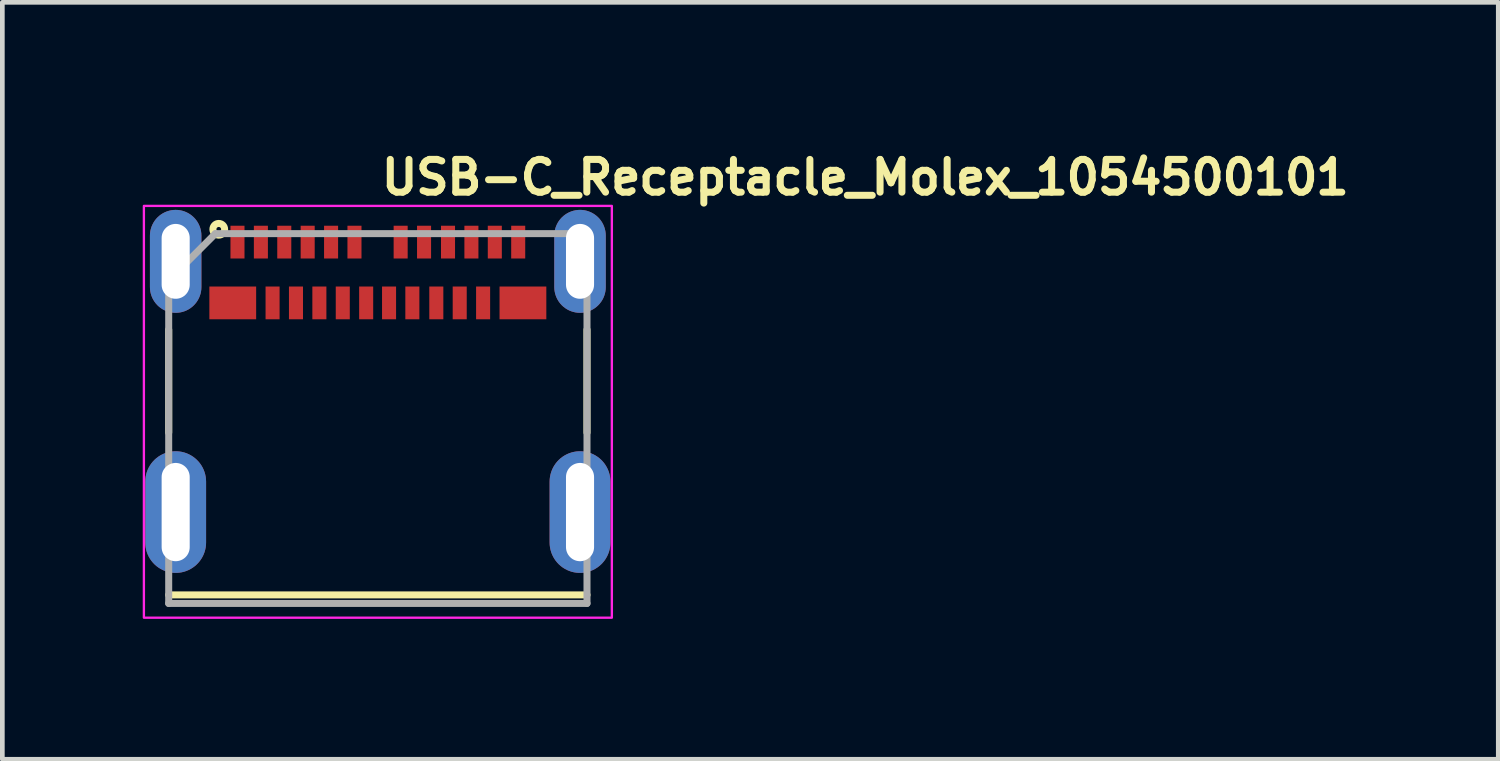
<source format=kicad_pcb>
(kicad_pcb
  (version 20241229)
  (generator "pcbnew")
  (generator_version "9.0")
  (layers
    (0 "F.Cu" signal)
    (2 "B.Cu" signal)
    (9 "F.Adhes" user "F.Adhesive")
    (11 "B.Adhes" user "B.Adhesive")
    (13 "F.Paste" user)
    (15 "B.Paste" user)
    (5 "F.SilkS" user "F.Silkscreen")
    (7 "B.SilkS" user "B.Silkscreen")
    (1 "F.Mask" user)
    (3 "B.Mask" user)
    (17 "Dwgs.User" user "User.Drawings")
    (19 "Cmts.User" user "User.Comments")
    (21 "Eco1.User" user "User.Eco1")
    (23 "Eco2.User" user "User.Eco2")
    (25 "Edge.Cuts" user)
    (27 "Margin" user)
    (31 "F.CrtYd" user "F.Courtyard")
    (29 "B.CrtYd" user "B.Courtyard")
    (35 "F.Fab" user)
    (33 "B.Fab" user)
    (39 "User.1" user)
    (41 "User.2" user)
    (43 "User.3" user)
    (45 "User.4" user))
  (footprint "USB-C_Receptacle_Molex_1054500101"
    (layer "F.Cu")
    (at 5.025 5.85)
    (property "Reference" "USB-C_Receptacle_Molex_1054500101" (at 0 -4.7 0) (layer "F.SilkS") (effects (font (size 0.7 0.7) (thickness 0.15)) (justify left bottom)))
    (attr smd)
    (fp_line (start -4.47 0.344) (end -4.47 -1.855) (stroke (width 0.15) (type solid)) (layer "F.SilkS"))
    (fp_line (start -4.47 3.813) (end 4.469 3.813) (stroke (width 0.15) (type solid)) (layer "F.SilkS"))
    (fp_line (start 4.469 0.344) (end 4.469 -1.855) (stroke (width 0.15) (type solid)) (layer "F.SilkS"))
    (fp_circle (center -3.4 -4) (end -3.35 -4) (stroke (width 0.15) (type solid)) (fill no) (layer "F.SilkS"))
    (fp_rect (start -5 -4.5) (end 5 4.3) (stroke (width 0.05) (type solid)) (fill no) (layer "F.CrtYd"))
    (fp_line (start -4.47 -2.907) (end -4.47 3.995) (stroke (width 0.15) (type solid)) (layer "F.Fab"))
    (fp_line (start -4.47 -2.907) (end -3.472 -3.907) (stroke (width 0.15) (type solid)) (layer "F.Fab"))
    (fp_line (start -4.47 3.995) (end 4.469 3.995) (stroke (width 0.15) (type solid)) (layer "F.Fab"))
    (fp_line (start 4.469 -3.907) (end -3.472 -3.907) (stroke (width 0.15) (type solid)) (layer "F.Fab"))
    (fp_line (start 4.469 3.995) (end 4.469 -3.907) (stroke (width 0.15) (type solid)) (layer "F.Fab"))
    (fp_rect (start -4.47 -3.951) (end 4.469 3.95) (stroke (width 0.1) (type solid)) (fill no) (layer "User.5"))
    (fp_rect (start -4.47 -3.951) (end 4.469 3.95) (stroke (width 0.1) (type solid)) (fill no) (layer "User.5"))
    (fp_rect (start -4.47 -3.951) (end 4.469 3.95) (stroke (width 0.1) (type solid)) (fill no) (layer "User.5"))
    (fp_rect (start -4.47 -3.951) (end 4.469 3.95) (stroke (width 0.1) (type solid)) (fill no) (layer "User.5"))
    (fp_rect (start -4.47 -3.951) (end 4.469 3.95) (stroke (width 0.1) (type solid)) (fill no) (layer "User.5"))
    (fp_rect (start -4.47 -3.951) (end 4.469 3.95) (stroke (width 0.1) (type solid)) (fill no) (layer "User.5"))
    (fp_rect (start -4.47 -3.951) (end 4.469 3.95) (stroke (width 0.1) (type solid)) (fill no) (layer "User.5"))
    (fp_rect (start -4.47 -3.951) (end 4.469 3.95) (stroke (width 0.1) (type solid)) (fill no) (layer "User.5"))
    (fp_rect (start -4.47 -3.951) (end 4.469 3.95) (stroke (width 0.1) (type solid)) (fill no) (layer "User.5"))
    (fp_rect (start -4.47 -3.951) (end 4.469 3.95) (stroke (width 0.1) (type solid)) (fill no) (layer "User.5"))
    (fp_rect (start -4.47 -3.951) (end 4.469 3.95) (stroke (width 0.1) (type solid)) (fill no) (layer "User.5"))
    (fp_line (start -4.47 -3.86) (end -4.47 -3.661) (stroke (width 0.02) (type solid)) (layer "User.9"))
    (fp_line (start -4.47 3.95) (end -4.47 -3.661) (stroke (width 0.02) (type solid)) (layer "User.9"))
    (fp_line (start -4.462 -3.661) (end -4.47 -3.661) (stroke (width 0.02) (type solid)) (layer "User.9"))
    (fp_line (start -4.462 -3.661) (end -4.462 -3.661) (stroke (width 0.02) (type solid)) (layer "User.9"))
    (fp_line (start -4.462 3.95) (end -4.47 3.95) (stroke (width 0.02) (type solid)) (layer "User.9"))
    (fp_line (start -4.462 3.95) (end -4.462 3.95) (stroke (width 0.02) (type solid)) (layer "User.9"))
    (fp_line (start -4.438 -3.661) (end -4.462 -3.661) (stroke (width 0.02) (type solid)) (layer "User.9"))
    (fp_line (start -4.438 -3.661) (end -4.438 -3.661) (stroke (width 0.02) (type solid)) (layer "User.9"))
    (fp_line (start -4.438 3.95) (end -4.462 3.95) (stroke (width 0.02) (type solid)) (layer "User.9"))
    (fp_line (start -4.438 3.95) (end -4.438 3.95) (stroke (width 0.02) (type solid)) (layer "User.9"))
    (fp_line (start -4.398 -3.661) (end -4.438 -3.661) (stroke (width 0.02) (type solid)) (layer "User.9"))
    (fp_line (start -4.398 -3.661) (end -4.398 -3.661) (stroke (width 0.02) (type solid)) (layer "User.9"))
    (fp_line (start -4.398 3.95) (end -4.438 3.95) (stroke (width 0.02) (type solid)) (layer "User.9"))
    (fp_line (start -4.398 3.95) (end -4.398 3.95) (stroke (width 0.02) (type solid)) (layer "User.9"))
    (fp_line (start -4.343 -3.661) (end -4.398 -3.661) (stroke (width 0.02) (type solid)) (layer "User.9"))
    (fp_line (start -4.343 -3.661) (end -4.343 -3.661) (stroke (width 0.02) (type solid)) (layer "User.9"))
    (fp_line (start -4.343 3.95) (end -4.398 3.95) (stroke (width 0.02) (type solid)) (layer "User.9"))
    (fp_line (start -4.343 3.95) (end -4.343 3.95) (stroke (width 0.02) (type solid)) (layer "User.9"))
    (fp_line (start -4.321 -3.86) (end -4.47 -3.86) (stroke (width 0.02) (type solid)) (layer "User.9"))
    (fp_line (start -4.321 -3.86) (end -4.17 -3.71) (stroke (width 0.02) (type solid)) (layer "User.9"))
    (fp_line (start -4.271 -3.661) (end -4.343 -3.661) (stroke (width 0.02) (type solid)) (layer "User.9"))
    (fp_line (start -4.271 -3.661) (end -4.271 -3.661) (stroke (width 0.02) (type solid)) (layer "User.9"))
    (fp_line (start -4.271 3.95) (end -4.343 3.95) (stroke (width 0.02) (type solid)) (layer "User.9"))
    (fp_line (start -4.271 3.95) (end -4.271 3.95) (stroke (width 0.02) (type solid)) (layer "User.9"))
    (fp_line (start -4.188 -3.661) (end -4.271 -3.661) (stroke (width 0.02) (type solid)) (layer "User.9"))
    (fp_line (start -4.188 -3.661) (end -4.188 -3.661) (stroke (width 0.02) (type solid)) (layer "User.9"))
    (fp_line (start -4.188 3.95) (end -4.271 3.95) (stroke (width 0.02) (type solid)) (layer "User.9"))
    (fp_line (start -4.188 3.95) (end -4.188 3.95) (stroke (width 0.02) (type solid)) (layer "User.9"))
    (fp_line (start -4.17 -3.71) (end -4.17 -3.661) (stroke (width 0.02) (type solid)) (layer "User.9"))
    (fp_line (start -4.09 -3.661) (end -4.188 -3.661) (stroke (width 0.02) (type solid)) (layer "User.9"))
    (fp_line (start -4.09 -3.661) (end -4.09 -3.661) (stroke (width 0.02) (type solid)) (layer "User.9"))
    (fp_line (start -4.09 3.95) (end -4.188 3.95) (stroke (width 0.02) (type solid)) (layer "User.9"))
    (fp_line (start -4.09 3.95) (end -4.09 3.95) (stroke (width 0.02) (type solid)) (layer "User.9"))
    (fp_line (start -3.981 -3.661) (end -4.09 -3.661) (stroke (width 0.02) (type solid)) (layer "User.9"))
    (fp_line (start -3.981 -3.661) (end -3.981 -3.661) (stroke (width 0.02) (type solid)) (layer "User.9"))
    (fp_line (start -3.981 3.95) (end -4.09 3.95) (stroke (width 0.02) (type solid)) (layer "User.9"))
    (fp_line (start -3.981 3.95) (end -3.981 3.95) (stroke (width 0.02) (type solid)) (layer "User.9"))
    (fp_line (start -3.863 -3.661) (end -3.981 -3.661) (stroke (width 0.02) (type solid)) (layer "User.9"))
    (fp_line (start -3.863 -3.661) (end -3.863 -3.661) (stroke (width 0.02) (type solid)) (layer "User.9"))
    (fp_line (start -3.863 3.95) (end -3.981 3.95) (stroke (width 0.02) (type solid)) (layer "User.9"))
    (fp_line (start -3.863 3.95) (end -3.863 3.95) (stroke (width 0.02) (type solid)) (layer "User.9"))
    (fp_line (start -3.847 -3.661) (end -3.847 -3.911) (stroke (width 0.02) (type solid)) (layer "User.9"))
    (fp_line (start -3.714 -3.911) (end -3.847 -3.911) (stroke (width 0.02) (type solid)) (layer "User.9"))
    (fp_line (start -3.714 -3.911) (end -3.714 -3.911) (stroke (width 0.02) (type solid)) (layer "User.9"))
    (fp_line (start -3.601 -3.661) (end -3.863 -3.661) (stroke (width 0.02) (type solid)) (layer "User.9"))
    (fp_line (start -3.601 -3.661) (end -3.601 -3.661) (stroke (width 0.02) (type solid)) (layer "User.9"))
    (fp_line (start -3.601 3.95) (end -3.863 3.95) (stroke (width 0.02) (type solid)) (layer "User.9"))
    (fp_line (start -3.601 3.95) (end -3.601 3.95) (stroke (width 0.02) (type solid)) (layer "User.9"))
    (fp_line (start -3.395 -3.911) (end -3.714 -3.911) (stroke (width 0.02) (type solid)) (layer "User.9"))
    (fp_line (start -3.17 -3.661) (end -3.601 -3.661) (stroke (width 0.02) (type solid)) (layer "User.9"))
    (fp_line (start -3.17 -3.661) (end -2.452 -3.661) (stroke (width 0.02) (type solid)) (layer "User.9"))
    (fp_line (start -3.17 3.95) (end -3.601 3.95) (stroke (width 0.02) (type solid)) (layer "User.9"))
    (fp_line (start -3.101 -3.951) (end -3.101 -3.911) (stroke (width 0.02) (type solid)) (layer "User.9"))
    (fp_line (start -2.9 -3.951) (end -3.101 -3.951) (stroke (width 0.02) (type solid)) (layer "User.9"))
    (fp_line (start -2.9 -3.951) (end -2.9 -3.911) (stroke (width 0.02) (type solid)) (layer "User.9"))
    (fp_line (start -2.802 -2.73) (end -2.802 -2.431) (stroke (width 0.02) (type solid)) (layer "User.9"))
    (fp_line (start -2.802 -2.445) (end -2.802 -2.431) (stroke (width 0.02) (type solid)) (layer "User.9"))
    (fp_line (start -2.802 -2.431) (end -2.802 -1.831) (stroke (width 0.02) (type solid)) (layer "User.9"))
    (fp_line (start -2.802 -1.831) (end -2.802 -1.817) (stroke (width 0.02) (type solid)) (layer "User.9"))
    (fp_line (start -2.802 -1.831) (end -2.802 -1.53) (stroke (width 0.02) (type solid)) (layer "User.9"))
    (fp_line (start -2.802 -1.831) (end -1.276 -1.831) (stroke (width 0.02) (type solid)) (layer "User.9"))
    (fp_line (start -2.802 -1.817) (end -2.799 -1.801) (stroke (width 0.02) (type solid)) (layer "User.9"))
    (fp_line (start -2.802 -1.53) (end -2.5 -1.53) (stroke (width 0.02) (type solid)) (layer "User.9"))
    (fp_line (start -2.799 -2.46) (end -2.802 -2.445) (stroke (width 0.02) (type solid)) (layer "User.9"))
    (fp_line (start -2.799 -1.801) (end -2.798 -1.786) (stroke (width 0.02) (type solid)) (layer "User.9"))
    (fp_line (start -2.798 -2.476) (end -2.799 -2.46) (stroke (width 0.02) (type solid)) (layer "User.9"))
    (fp_line (start -2.798 -1.786) (end -2.795 -1.772) (stroke (width 0.02) (type solid)) (layer "User.9"))
    (fp_line (start -2.795 -2.489) (end -2.798 -2.476) (stroke (width 0.02) (type solid)) (layer "User.9"))
    (fp_line (start -2.795 -1.772) (end -2.791 -1.758) (stroke (width 0.02) (type solid)) (layer "User.9"))
    (fp_line (start -2.791 -2.504) (end -2.795 -2.489) (stroke (width 0.02) (type solid)) (layer "User.9"))
    (fp_line (start -2.791 -1.758) (end -2.79 -1.744) (stroke (width 0.02) (type solid)) (layer "User.9"))
    (fp_line (start -2.79 -2.52) (end -2.791 -2.504) (stroke (width 0.02) (type solid)) (layer "User.9"))
    (fp_line (start -2.79 -1.744) (end -2.783 -1.73) (stroke (width 0.02) (type solid)) (layer "User.9"))
    (fp_line (start -2.783 -2.532) (end -2.79 -2.52) (stroke (width 0.02) (type solid)) (layer "User.9"))
    (fp_line (start -2.783 -1.73) (end -2.778 -1.716) (stroke (width 0.02) (type solid)) (layer "User.9"))
    (fp_line (start -2.778 -2.545) (end -2.783 -2.532) (stroke (width 0.02) (type solid)) (layer "User.9"))
    (fp_line (start -2.778 -1.716) (end -2.774 -1.702) (stroke (width 0.02) (type solid)) (layer "User.9"))
    (fp_line (start -2.774 -2.56) (end -2.778 -2.545) (stroke (width 0.02) (type solid)) (layer "User.9"))
    (fp_line (start -2.774 -1.702) (end -2.766 -1.69) (stroke (width 0.02) (type solid)) (layer "User.9"))
    (fp_line (start -2.766 -2.573) (end -2.774 -2.56) (stroke (width 0.02) (type solid)) (layer "User.9"))
    (fp_line (start -2.766 -1.69) (end -2.758 -1.676) (stroke (width 0.02) (type solid)) (layer "User.9"))
    (fp_line (start -2.758 -2.585) (end -2.766 -2.573) (stroke (width 0.02) (type solid)) (layer "User.9"))
    (fp_line (start -2.758 -1.676) (end -2.75 -1.666) (stroke (width 0.02) (type solid)) (layer "User.9"))
    (fp_line (start -2.75 -2.597) (end -2.758 -2.585) (stroke (width 0.02) (type solid)) (layer "User.9"))
    (fp_line (start -2.75 -1.666) (end -2.742 -1.653) (stroke (width 0.02) (type solid)) (layer "User.9"))
    (fp_line (start -2.742 -2.609) (end -2.75 -2.597) (stroke (width 0.02) (type solid)) (layer "User.9"))
    (fp_line (start -2.742 -1.653) (end -2.734 -1.641) (stroke (width 0.02) (type solid)) (layer "User.9"))
    (fp_line (start -2.734 -2.621) (end -2.742 -2.609) (stroke (width 0.02) (type solid)) (layer "User.9"))
    (fp_line (start -2.734 -1.641) (end -2.723 -1.629) (stroke (width 0.02) (type solid)) (layer "User.9"))
    (fp_line (start -2.723 -2.633) (end -2.734 -2.621) (stroke (width 0.02) (type solid)) (layer "User.9"))
    (fp_line (start -2.723 -1.629) (end -2.714 -1.619) (stroke (width 0.02) (type solid)) (layer "User.9"))
    (fp_line (start -2.714 -2.645) (end -2.723 -2.633) (stroke (width 0.02) (type solid)) (layer "User.9"))
    (fp_line (start -2.714 -2.645) (end -2.714 -2.645) (stroke (width 0.02) (type solid)) (layer "User.9"))
    (fp_line (start -2.714 -1.619) (end -2.714 -1.619) (stroke (width 0.02) (type solid)) (layer "User.9"))
    (fp_line (start -2.714 -1.619) (end -2.702 -1.609) (stroke (width 0.02) (type solid)) (layer "User.9"))
    (fp_line (start -2.702 -2.653) (end -2.714 -2.645) (stroke (width 0.02) (type solid)) (layer "User.9"))
    (fp_line (start -2.702 -1.609) (end -2.691 -1.599) (stroke (width 0.02) (type solid)) (layer "User.9"))
    (fp_line (start -2.695 -1.099) (end -2.695 -1.121) (stroke (width 0.02) (type solid)) (layer "User.9"))
    (fp_line (start -2.695 -1.099) (end -2.645 -1.099) (stroke (width 0.02) (type solid)) (layer "User.9"))
    (fp_line (start -2.695 -0.784) (end -2.645 -0.784) (stroke (width 0.02) (type solid)) (layer "User.9"))
    (fp_line (start -2.695 -0.75) (end -2.695 -0.784) (stroke (width 0.02) (type solid)) (layer "User.9"))
    (fp_line (start -2.691 -2.665) (end -2.702 -2.653) (stroke (width 0.02) (type solid)) (layer "User.9"))
    (fp_line (start -2.691 -1.599) (end -2.681 -1.589) (stroke (width 0.02) (type solid)) (layer "User.9"))
    (fp_line (start -2.685 -0.784) (end -2.661 -0.75) (stroke (width 0.02) (type solid)) (layer "User.9"))
    (fp_line (start -2.681 -2.673) (end -2.691 -2.665) (stroke (width 0.02) (type solid)) (layer "User.9"))
    (fp_line (start -2.681 -1.589) (end -2.669 -1.581) (stroke (width 0.02) (type solid)) (layer "User.9"))
    (fp_line (start -2.669 -2.681) (end -2.681 -2.673) (stroke (width 0.02) (type solid)) (layer "User.9"))
    (fp_line (start -2.669 -1.581) (end -2.657 -1.573) (stroke (width 0.02) (type solid)) (layer "User.9"))
    (fp_line (start -2.661 -0.75) (end -2.695 -0.75) (stroke (width 0.02) (type solid)) (layer "User.9"))
    (fp_line (start -2.657 -2.69) (end -2.669 -2.681) (stroke (width 0.02) (type solid)) (layer "User.9"))
    (fp_line (start -2.657 -1.573) (end -2.642 -1.567) (stroke (width 0.02) (type solid)) (layer "User.9"))
    (fp_line (start -2.645 -1.099) (end -2.356 -1.099) (stroke (width 0.02) (type solid)) (layer "User.9"))
    (fp_line (start -2.645 -0.784) (end -2.356 -0.784) (stroke (width 0.02) (type solid)) (layer "User.9"))
    (fp_line (start -2.642 -2.695) (end -2.657 -2.69) (stroke (width 0.02) (type solid)) (layer "User.9"))
    (fp_line (start -2.642 -1.567) (end -2.629 -1.559) (stroke (width 0.02) (type solid)) (layer "User.9"))
    (fp_line (start -2.629 -2.702) (end -2.642 -2.695) (stroke (width 0.02) (type solid)) (layer "User.9"))
    (fp_line (start -2.629 -1.559) (end -2.617 -1.553) (stroke (width 0.02) (type solid)) (layer "User.9"))
    (fp_line (start -2.617 -2.71) (end -2.629 -2.702) (stroke (width 0.02) (type solid)) (layer "User.9"))
    (fp_line (start -2.617 -1.553) (end -2.602 -1.549) (stroke (width 0.02) (type solid)) (layer "User.9"))
    (fp_line (start -2.614 -2.282) (end -2.614 -1.831) (stroke (width 0.02) (type solid)) (layer "User.9"))
    (fp_line (start -2.602 -2.714) (end -2.617 -2.71) (stroke (width 0.02) (type solid)) (layer "User.9"))
    (fp_line (start -2.602 -1.549) (end -2.589 -1.543) (stroke (width 0.02) (type solid)) (layer "User.9"))
    (fp_line (start -2.601 -3.951) (end -2.601 -3.911) (stroke (width 0.02) (type solid)) (layer "User.9"))
    (fp_line (start -2.589 -2.718) (end -2.602 -2.714) (stroke (width 0.02) (type solid)) (layer "User.9"))
    (fp_line (start -2.589 -1.543) (end -2.574 -1.541) (stroke (width 0.02) (type solid)) (layer "User.9"))
    (fp_line (start -2.574 -2.722) (end -2.589 -2.718) (stroke (width 0.02) (type solid)) (layer "User.9"))
    (fp_line (start -2.574 -1.541) (end -2.56 -1.536) (stroke (width 0.02) (type solid)) (layer "User.9"))
    (fp_line (start -2.56 -2.726) (end -2.574 -2.722) (stroke (width 0.02) (type solid)) (layer "User.9"))
    (fp_line (start -2.56 -1.536) (end -2.545 -1.534) (stroke (width 0.02) (type solid)) (layer "User.9"))
    (fp_line (start -2.545 -2.727) (end -2.56 -2.726) (stroke (width 0.02) (type solid)) (layer "User.9"))
    (fp_line (start -2.545 -1.534) (end -2.532 -1.532) (stroke (width 0.02) (type solid)) (layer "User.9"))
    (fp_line (start -2.532 -2.73) (end -2.545 -2.727) (stroke (width 0.02) (type solid)) (layer "User.9"))
    (fp_line (start -2.532 -1.532) (end -2.516 -1.532) (stroke (width 0.02) (type solid)) (layer "User.9"))
    (fp_line (start -2.516 -2.73) (end -2.532 -2.73) (stroke (width 0.02) (type solid)) (layer "User.9"))
    (fp_line (start -2.516 -1.532) (end -2.5 -1.53) (stroke (width 0.02) (type solid)) (layer "User.9"))
    (fp_line (start -2.5 -2.73) (end -2.802 -2.73) (stroke (width 0.02) (type solid)) (layer "User.9"))
    (fp_line (start -2.5 -2.73) (end -2.516 -2.73) (stroke (width 0.02) (type solid)) (layer "User.9"))
    (fp_line (start -2.5 -1.53) (end -1 -1.53) (stroke (width 0.02) (type solid)) (layer "User.9"))
    (fp_line (start -2.452 -3.661) (end -2.452 -3.512) (stroke (width 0.02) (type solid)) (layer "User.9"))
    (fp_line (start -2.452 -3.61) (end -2.05 -3.61) (stroke (width 0.02) (type solid)) (layer "User.9"))
    (fp_line (start -2.452 -3.512) (end -2.452 -3.497) (stroke (width 0.02) (type solid)) (layer "User.9"))
    (fp_line (start -2.452 -3.497) (end -2.449 -3.484) (stroke (width 0.02) (type solid)) (layer "User.9"))
    (fp_line (start -2.449 -3.484) (end -2.448 -3.472) (stroke (width 0.02) (type solid)) (layer "User.9"))
    (fp_line (start -2.448 -3.472) (end -2.444 -3.46) (stroke (width 0.02) (type solid)) (layer "User.9"))
    (fp_line (start -2.444 -3.46) (end -2.44 -3.447) (stroke (width 0.02) (type solid)) (layer "User.9"))
    (fp_line (start -2.44 -3.447) (end -2.436 -3.435) (stroke (width 0.02) (type solid)) (layer "User.9"))
    (fp_line (start -2.436 -3.435) (end -2.431 -3.423) (stroke (width 0.02) (type solid)) (layer "User.9"))
    (fp_line (start -2.431 -3.423) (end -2.424 -3.411) (stroke (width 0.02) (type solid)) (layer "User.9"))
    (fp_line (start -2.424 -3.411) (end -2.419 -3.4) (stroke (width 0.02) (type solid)) (layer "User.9"))
    (fp_line (start -2.419 -3.4) (end -2.411 -3.391) (stroke (width 0.02) (type solid)) (layer "User.9"))
    (fp_line (start -2.411 -3.391) (end -2.403 -3.379) (stroke (width 0.02) (type solid)) (layer "User.9"))
    (fp_line (start -2.403 -3.379) (end -2.392 -3.371) (stroke (width 0.02) (type solid)) (layer "User.9"))
    (fp_line (start -2.4 -3.951) (end -2.601 -3.951) (stroke (width 0.02) (type solid)) (layer "User.9"))
    (fp_line (start -2.4 -3.951) (end -2.4 -3.911) (stroke (width 0.02) (type solid)) (layer "User.9"))
    (fp_line (start -2.392 -3.371) (end -2.383 -3.36) (stroke (width 0.02) (type solid)) (layer "User.9"))
    (fp_line (start -2.383 -3.36) (end -2.375 -3.352) (stroke (width 0.02) (type solid)) (layer "User.9"))
    (fp_line (start -2.375 -3.352) (end -2.363 -3.344) (stroke (width 0.02) (type solid)) (layer "User.9"))
    (fp_line (start -2.372 -2.29) (end -2.372 -2.282) (stroke (width 0.02) (type solid)) (layer "User.9"))
    (fp_line (start -2.372 -2.282) (end -2.802 -2.282) (stroke (width 0.02) (type solid)) (layer "User.9"))
    (fp_line (start -2.372 -2.282) (end -2.372 -1.98) (stroke (width 0.02) (type solid)) (layer "User.9"))
    (fp_line (start -2.372 -1.98) (end -2.372 -1.974) (stroke (width 0.02) (type solid)) (layer "User.9"))
    (fp_line (start -2.372 -1.974) (end -2.371 -1.966) (stroke (width 0.02) (type solid)) (layer "User.9"))
    (fp_line (start -2.371 -2.311) (end -2.371 -2.303) (stroke (width 0.02) (type solid)) (layer "User.9"))
    (fp_line (start -2.371 -2.303) (end -2.371 -2.298) (stroke (width 0.02) (type solid)) (layer "User.9"))
    (fp_line (start -2.371 -2.298) (end -2.372 -2.29) (stroke (width 0.02) (type solid)) (layer "User.9"))
    (fp_line (start -2.371 -1.966) (end -2.371 -1.958) (stroke (width 0.02) (type solid)) (layer "User.9"))
    (fp_line (start -2.371 -1.958) (end -2.371 -1.95) (stroke (width 0.02) (type solid)) (layer "User.9"))
    (fp_line (start -2.371 -1.95) (end -2.367 -1.944) (stroke (width 0.02) (type solid)) (layer "User.9"))
    (fp_line (start -2.367 -2.327) (end -2.367 -2.319) (stroke (width 0.02) (type solid)) (layer "User.9"))
    (fp_line (start -2.367 -2.319) (end -2.371 -2.311) (stroke (width 0.02) (type solid)) (layer "User.9"))
    (fp_line (start -2.367 -1.944) (end -2.367 -1.936) (stroke (width 0.02) (type solid)) (layer "User.9"))
    (fp_line (start -2.367 -1.936) (end -2.363 -1.93) (stroke (width 0.02) (type solid)) (layer "User.9"))
    (fp_line (start -2.363 -3.344) (end -2.351 -3.339) (stroke (width 0.02) (type solid)) (layer "User.9"))
    (fp_line (start -2.363 -2.332) (end -2.367 -2.327) (stroke (width 0.02) (type solid)) (layer "User.9"))
    (fp_line (start -2.363 -1.93) (end -2.36 -1.922) (stroke (width 0.02) (type solid)) (layer "User.9"))
    (fp_line (start -2.36 -2.339) (end -2.363 -2.332) (stroke (width 0.02) (type solid)) (layer "User.9"))
    (fp_line (start -2.36 -1.922) (end -2.359 -1.915) (stroke (width 0.02) (type solid)) (layer "User.9"))
    (fp_line (start -2.359 -2.347) (end -2.36 -2.339) (stroke (width 0.02) (type solid)) (layer "User.9"))
    (fp_line (start -2.359 -1.915) (end -2.355 -1.909) (stroke (width 0.02) (type solid)) (layer "User.9"))
    (fp_line (start -2.356 -1.099) (end -1.986 -1.099) (stroke (width 0.02) (type solid)) (layer "User.9"))
    (fp_line (start -2.356 -0.784) (end -1.986 -0.784) (stroke (width 0.02) (type solid)) (layer "User.9"))
    (fp_line (start -2.355 -2.352) (end -2.359 -2.347) (stroke (width 0.02) (type solid)) (layer "User.9"))
    (fp_line (start -2.355 -1.909) (end -2.351 -1.903) (stroke (width 0.02) (type solid)) (layer "User.9"))
    (fp_line (start -2.351 -3.339) (end -2.351 -3.339) (stroke (width 0.02) (type solid)) (layer "User.9"))
    (fp_line (start -2.351 -3.339) (end -2.339 -3.331) (stroke (width 0.02) (type solid)) (layer "User.9"))
    (fp_line (start -2.351 -2.359) (end -2.355 -2.352) (stroke (width 0.02) (type solid)) (layer "User.9"))
    (fp_line (start -2.351 -1.903) (end -2.347 -1.897) (stroke (width 0.02) (type solid)) (layer "User.9"))
    (fp_line (start -2.347 -2.364) (end -2.351 -2.359) (stroke (width 0.02) (type solid)) (layer "User.9"))
    (fp_line (start -2.347 -1.897) (end -2.343 -1.891) (stroke (width 0.02) (type solid)) (layer "User.9"))
    (fp_line (start -2.343 -2.371) (end -2.347 -2.364) (stroke (width 0.02) (type solid)) (layer "User.9"))
    (fp_line (start -2.343 -1.891) (end -2.339 -1.885) (stroke (width 0.02) (type solid)) (layer "User.9"))
    (fp_line (start -2.339 -3.331) (end -2.327 -3.326) (stroke (width 0.02) (type solid)) (layer "User.9"))
    (fp_line (start -2.339 -2.376) (end -2.343 -2.371) (stroke (width 0.02) (type solid)) (layer "User.9"))
    (fp_line (start -2.339 -1.885) (end -2.335 -1.881) (stroke (width 0.02) (type solid)) (layer "User.9"))
    (fp_line (start -2.335 -2.383) (end -2.339 -2.376) (stroke (width 0.02) (type solid)) (layer "User.9"))
    (fp_line (start -2.335 -1.881) (end -2.331 -1.875) (stroke (width 0.02) (type solid)) (layer "User.9"))
    (fp_line (start -2.331 -2.387) (end -2.335 -2.383) (stroke (width 0.02) (type solid)) (layer "User.9"))
    (fp_line (start -2.331 -1.875) (end -2.323 -1.869) (stroke (width 0.02) (type solid)) (layer "User.9"))
    (fp_line (start -2.327 -3.326) (end -2.315 -3.322) (stroke (width 0.02) (type solid)) (layer "User.9"))
    (fp_line (start -2.323 -2.392) (end -2.331 -2.387) (stroke (width 0.02) (type solid)) (layer "User.9"))
    (fp_line (start -2.323 -1.869) (end -2.319 -1.865) (stroke (width 0.02) (type solid)) (layer "User.9"))
    (fp_line (start -2.32 -1.121) (end -2.32 -1.099) (stroke (width 0.02) (type solid)) (layer "User.9"))
    (fp_line (start -2.32 -0.784) (end -2.32 -0.75) (stroke (width 0.02) (type solid)) (layer "User.9"))
    (fp_line (start -2.319 -2.396) (end -2.323 -2.392) (stroke (width 0.02) (type solid)) (layer "User.9"))
    (fp_line (start -2.319 -1.865) (end -2.315 -1.861) (stroke (width 0.02) (type solid)) (layer "User.9"))
    (fp_line (start -2.315 -3.322) (end -2.302 -3.318) (stroke (width 0.02) (type solid)) (layer "User.9"))
    (fp_line (start -2.315 -2.403) (end -2.319 -2.396) (stroke (width 0.02) (type solid)) (layer "User.9"))
    (fp_line (start -2.315 -1.861) (end -2.307 -1.857) (stroke (width 0.02) (type solid)) (layer "User.9"))
    (fp_line (start -2.307 -2.407) (end -2.315 -2.403) (stroke (width 0.02) (type solid)) (layer "User.9"))
    (fp_line (start -2.307 -1.857) (end -2.302 -1.853) (stroke (width 0.02) (type solid)) (layer "User.9"))
    (fp_line (start -2.302 -3.318) (end -2.29 -3.314) (stroke (width 0.02) (type solid)) (layer "User.9"))
    (fp_line (start -2.302 -2.411) (end -2.307 -2.407) (stroke (width 0.02) (type solid)) (layer "User.9"))
    (fp_line (start -2.302 -1.853) (end -2.295 -1.849) (stroke (width 0.02) (type solid)) (layer "User.9"))
    (fp_line (start -2.295 -2.412) (end -2.302 -2.411) (stroke (width 0.02) (type solid)) (layer "User.9"))
    (fp_line (start -2.295 -1.849) (end -2.29 -1.845) (stroke (width 0.02) (type solid)) (layer "User.9"))
    (fp_line (start -2.29 -3.314) (end -2.278 -3.314) (stroke (width 0.02) (type solid)) (layer "User.9"))
    (fp_line (start -2.29 -2.416) (end -2.295 -2.412) (stroke (width 0.02) (type solid)) (layer "User.9"))
    (fp_line (start -2.29 -1.845) (end -2.282 -1.843) (stroke (width 0.02) (type solid)) (layer "User.9"))
    (fp_line (start -2.282 -2.419) (end -2.29 -2.416) (stroke (width 0.02) (type solid)) (layer "User.9"))
    (fp_line (start -2.282 -1.843) (end -2.275 -1.841) (stroke (width 0.02) (type solid)) (layer "User.9"))
    (fp_line (start -2.278 -3.314) (end -2.263 -3.311) (stroke (width 0.02) (type solid)) (layer "User.9"))
    (fp_line (start -2.275 -2.423) (end -2.282 -2.419) (stroke (width 0.02) (type solid)) (layer "User.9"))
    (fp_line (start -2.275 -1.841) (end -2.27 -1.837) (stroke (width 0.02) (type solid)) (layer "User.9"))
    (fp_line (start -2.27 -2.424) (end -2.275 -2.423) (stroke (width 0.02) (type solid)) (layer "User.9"))
    (fp_line (start -2.27 -1.837) (end -2.262 -1.835) (stroke (width 0.02) (type solid)) (layer "User.9"))
    (fp_line (start -2.263 -3.311) (end -2.25 -3.31) (stroke (width 0.02) (type solid)) (layer "User.9"))
    (fp_line (start -2.262 -2.427) (end -2.27 -2.424) (stroke (width 0.02) (type solid)) (layer "User.9"))
    (fp_line (start -2.262 -1.835) (end -2.254 -1.835) (stroke (width 0.02) (type solid)) (layer "User.9"))
    (fp_line (start -2.254 -2.427) (end -2.262 -2.427) (stroke (width 0.02) (type solid)) (layer "User.9"))
    (fp_line (start -2.254 -1.835) (end -2.247 -1.833) (stroke (width 0.02) (type solid)) (layer "User.9"))
    (fp_line (start -2.25 -3.31) (end -2.238 -3.311) (stroke (width 0.02) (type solid)) (layer "User.9"))
    (fp_line (start -2.247 -2.431) (end -2.254 -2.427) (stroke (width 0.02) (type solid)) (layer "User.9"))
    (fp_line (start -2.247 -1.833) (end -2.239 -1.831) (stroke (width 0.02) (type solid)) (layer "User.9"))
    (fp_line (start -2.239 -2.431) (end -2.247 -2.431) (stroke (width 0.02) (type solid)) (layer "User.9"))
    (fp_line (start -2.239 -1.831) (end -2.234 -1.831) (stroke (width 0.02) (type solid)) (layer "User.9"))
    (fp_line (start -2.238 -3.311) (end -2.226 -3.314) (stroke (width 0.02) (type solid)) (layer "User.9"))
    (fp_line (start -2.234 -2.431) (end -2.239 -2.431) (stroke (width 0.02) (type solid)) (layer "User.9"))
    (fp_line (start -2.234 -1.831) (end -2.226 -1.831) (stroke (width 0.02) (type solid)) (layer "User.9"))
    (fp_line (start -2.226 -3.314) (end -2.214 -3.314) (stroke (width 0.02) (type solid)) (layer "User.9"))
    (fp_line (start -2.226 -2.431) (end -2.234 -2.431) (stroke (width 0.02) (type solid)) (layer "User.9"))
    (fp_line (start -2.226 -1.831) (end -1.276 -1.831) (stroke (width 0.02) (type solid)) (layer "User.9"))
    (fp_line (start -2.214 -3.314) (end -2.199 -3.318) (stroke (width 0.02) (type solid)) (layer "User.9"))
    (fp_line (start -2.199 -3.318) (end -2.187 -3.322) (stroke (width 0.02) (type solid)) (layer "User.9"))
    (fp_line (start -2.187 -3.322) (end -2.174 -3.326) (stroke (width 0.02) (type solid)) (layer "User.9"))
    (fp_line (start -2.174 -3.326) (end -2.162 -3.331) (stroke (width 0.02) (type solid)) (layer "User.9"))
    (fp_line (start -2.162 -3.331) (end -2.15 -3.339) (stroke (width 0.02) (type solid)) (layer "User.9"))
    (fp_line (start -2.15 -3.339) (end -2.15 -3.339) (stroke (width 0.02) (type solid)) (layer "User.9"))
    (fp_line (start -2.15 -3.339) (end -2.145 -3.343) (stroke (width 0.02) (type solid)) (layer "User.9"))
    (fp_line (start -2.145 -3.343) (end -2.141 -3.344) (stroke (width 0.02) (type solid)) (layer "User.9"))
    (fp_line (start -2.141 -3.344) (end -2.134 -3.348) (stroke (width 0.02) (type solid)) (layer "User.9"))
    (fp_line (start -2.134 -3.348) (end -2.129 -3.352) (stroke (width 0.02) (type solid)) (layer "User.9"))
    (fp_line (start -2.129 -3.352) (end -2.125 -3.356) (stroke (width 0.02) (type solid)) (layer "User.9"))
    (fp_line (start -2.125 -3.356) (end -2.118 -3.36) (stroke (width 0.02) (type solid)) (layer "User.9"))
    (fp_line (start -2.118 -3.36) (end -2.113 -3.367) (stroke (width 0.02) (type solid)) (layer "User.9"))
    (fp_line (start -2.113 -3.367) (end -2.109 -3.371) (stroke (width 0.02) (type solid)) (layer "User.9"))
    (fp_line (start -2.109 -3.371) (end -2.105 -3.375) (stroke (width 0.02) (type solid)) (layer "User.9"))
    (fp_line (start -2.105 -3.375) (end -2.101 -3.379) (stroke (width 0.02) (type solid)) (layer "User.9"))
    (fp_line (start -2.101 -3.951) (end -2.101 -3.911) (stroke (width 0.02) (type solid)) (layer "User.9"))
    (fp_line (start -2.101 -3.379) (end -2.097 -3.384) (stroke (width 0.02) (type solid)) (layer "User.9"))
    (fp_line (start -2.097 -3.384) (end -2.093 -3.391) (stroke (width 0.02) (type solid)) (layer "User.9"))
    (fp_line (start -2.093 -3.391) (end -2.089 -3.395) (stroke (width 0.02) (type solid)) (layer "User.9"))
    (fp_line (start -2.089 -3.395) (end -2.085 -3.4) (stroke (width 0.02) (type solid)) (layer "User.9"))
    (fp_line (start -2.085 -3.4) (end -2.081 -3.407) (stroke (width 0.02) (type solid)) (layer "User.9"))
    (fp_line (start -2.081 -3.407) (end -2.077 -3.411) (stroke (width 0.02) (type solid)) (layer "User.9"))
    (fp_line (start -2.077 -3.411) (end -2.074 -3.416) (stroke (width 0.02) (type solid)) (layer "User.9"))
    (fp_line (start -2.074 -3.416) (end -2.073 -3.423) (stroke (width 0.02) (type solid)) (layer "User.9"))
    (fp_line (start -2.073 -3.423) (end -2.069 -3.428) (stroke (width 0.02) (type solid)) (layer "User.9"))
    (fp_line (start -2.069 -3.428) (end -2.066 -3.435) (stroke (width 0.02) (type solid)) (layer "User.9"))
    (fp_line (start -2.066 -3.435) (end -2.065 -3.44) (stroke (width 0.02) (type solid)) (layer "User.9"))
    (fp_line (start -2.065 -3.44) (end -2.061 -3.447) (stroke (width 0.02) (type solid)) (layer "User.9"))
    (fp_line (start -2.061 -3.452) (end -2.057 -3.46) (stroke (width 0.02) (type solid)) (layer "User.9"))
    (fp_line (start -2.061 -3.447) (end -2.061 -3.452) (stroke (width 0.02) (type solid)) (layer "User.9"))
    (fp_line (start -2.057 -3.465) (end -2.054 -3.472) (stroke (width 0.02) (type solid)) (layer "User.9"))
    (fp_line (start -2.057 -3.46) (end -2.444 -3.46) (stroke (width 0.02) (type solid)) (layer "User.9"))
    (fp_line (start -2.057 -3.46) (end -2.057 -3.465) (stroke (width 0.02) (type solid)) (layer "User.9"))
    (fp_line (start -2.054 -3.472) (end -2.053 -3.477) (stroke (width 0.02) (type solid)) (layer "User.9"))
    (fp_line (start -2.053 -3.504) (end -2.05 -3.512) (stroke (width 0.02) (type solid)) (layer "User.9"))
    (fp_line (start -2.053 -3.497) (end -2.053 -3.504) (stroke (width 0.02) (type solid)) (layer "User.9"))
    (fp_line (start -2.053 -3.492) (end -2.053 -3.497) (stroke (width 0.02) (type solid)) (layer "User.9"))
    (fp_line (start -2.053 -3.484) (end -2.053 -3.492) (stroke (width 0.02) (type solid)) (layer "User.9"))
    (fp_line (start -2.053 -3.477) (end -2.053 -3.484) (stroke (width 0.02) (type solid)) (layer "User.9"))
    (fp_line (start -2.05 -3.911) (end -3.395 -3.911) (stroke (width 0.02) (type solid)) (layer "User.9"))
    (fp_line (start -2.05 -3.81) (end -2.05 -3.911) (stroke (width 0.02) (type solid)) (layer "User.9"))
    (fp_line (start -2.05 -3.81) (end -2.05 -3.81) (stroke (width 0.02) (type solid)) (layer "User.9"))
    (fp_line (start -2.05 -3.56) (end -2.05 -3.81) (stroke (width 0.02) (type solid)) (layer "User.9"))
    (fp_line (start -2.05 -3.56) (end -2.05 -3.512) (stroke (width 0.02) (type solid)) (layer "User.9"))
    (fp_line (start -1.986 -1.099) (end -1.756 -1.099) (stroke (width 0.02) (type solid)) (layer "User.9"))
    (fp_line (start -1.986 -0.784) (end -1.756 -0.784) (stroke (width 0.02) (type solid)) (layer "User.9"))
    (fp_line (start -1.901 -3.951) (end -2.101 -3.951) (stroke (width 0.02) (type solid)) (layer "User.9"))
    (fp_line (start -1.901 -3.951) (end -1.901 -3.911) (stroke (width 0.02) (type solid)) (layer "User.9"))
    (fp_line (start -1.756 -1.099) (end -1.385 -1.099) (stroke (width 0.02) (type solid)) (layer "User.9"))
    (fp_line (start -1.756 -0.784) (end -1.385 -0.784) (stroke (width 0.02) (type solid)) (layer "User.9"))
    (fp_line (start -1.601 -3.951) (end -1.601 -3.911) (stroke (width 0.02) (type solid)) (layer "User.9"))
    (fp_line (start -1.401 -3.951) (end -1.601 -3.951) (stroke (width 0.02) (type solid)) (layer "User.9"))
    (fp_line (start -1.401 -3.951) (end -1.401 -3.911) (stroke (width 0.02) (type solid)) (layer "User.9"))
    (fp_line (start -1.401 -2.73) (end -1.401 -2.431) (stroke (width 0.02) (type solid)) (layer "User.9"))
    (fp_line (start -1.385 -1.099) (end -1.099 -1.099) (stroke (width 0.02) (type solid)) (layer "User.9"))
    (fp_line (start -1.385 -0.784) (end -1.099 -0.784) (stroke (width 0.02) (type solid)) (layer "User.9"))
    (fp_line (start -1.276 -2.431) (end -2.226 -2.431) (stroke (width 0.02) (type solid)) (layer "User.9"))
    (fp_line (start -1.276 -2.431) (end -1.051 -2.431) (stroke (width 0.02) (type solid)) (layer "User.9"))
    (fp_line (start -1.25 -3.911) (end -2.05 -3.911) (stroke (width 0.02) (type solid)) (layer "User.9"))
    (fp_line (start -1.25 -3.911) (end -1.25 -3.81) (stroke (width 0.02) (type solid)) (layer "User.9"))
    (fp_line (start -1.25 -3.81) (end -1.25 -3.81) (stroke (width 0.02) (type solid)) (layer "User.9"))
    (fp_line (start -1.25 -3.81) (end -1.25 -3.56) (stroke (width 0.02) (type solid)) (layer "User.9"))
    (fp_line (start -1.25 -3.61) (end -0.85 -3.61) (stroke (width 0.02) (type solid)) (layer "User.9"))
    (fp_line (start -1.25 -3.56) (end -1.25 -3.512) (stroke (width 0.02) (type solid)) (layer "User.9"))
    (fp_line (start -1.25 -3.504) (end -1.25 -3.512) (stroke (width 0.02) (type solid)) (layer "User.9"))
    (fp_line (start -1.25 -3.497) (end -1.25 -3.504) (stroke (width 0.02) (type solid)) (layer "User.9"))
    (fp_line (start -1.25 -3.492) (end -1.25 -3.497) (stroke (width 0.02) (type solid)) (layer "User.9"))
    (fp_line (start -1.25 -3.484) (end -1.25 -3.492) (stroke (width 0.02) (type solid)) (layer "User.9"))
    (fp_line (start -1.248 -3.477) (end -1.25 -3.484) (stroke (width 0.02) (type solid)) (layer "User.9"))
    (fp_line (start -1.248 -3.472) (end -1.248 -3.477) (stroke (width 0.02) (type solid)) (layer "User.9"))
    (fp_line (start -1.246 -3.465) (end -1.248 -3.472) (stroke (width 0.02) (type solid)) (layer "User.9"))
    (fp_line (start -1.244 -3.46) (end -1.246 -3.465) (stroke (width 0.02) (type solid)) (layer "User.9"))
    (fp_line (start -1.242 -3.452) (end -1.244 -3.46) (stroke (width 0.02) (type solid)) (layer "User.9"))
    (fp_line (start -1.24 -3.447) (end -1.242 -3.452) (stroke (width 0.02) (type solid)) (layer "User.9"))
    (fp_line (start -1.238 -3.44) (end -1.24 -3.447) (stroke (width 0.02) (type solid)) (layer "User.9"))
    (fp_line (start -1.236 -3.435) (end -1.238 -3.44) (stroke (width 0.02) (type solid)) (layer "User.9"))
    (fp_line (start -1.234 -3.428) (end -1.236 -3.435) (stroke (width 0.02) (type solid)) (layer "User.9"))
    (fp_line (start -1.23 -3.423) (end -1.234 -3.428) (stroke (width 0.02) (type solid)) (layer "User.9"))
    (fp_line (start -1.228 -3.416) (end -1.23 -3.423) (stroke (width 0.02) (type solid)) (layer "User.9"))
    (fp_line (start -1.224 -3.411) (end -1.228 -3.416) (stroke (width 0.02) (type solid)) (layer "User.9"))
    (fp_line (start -1.22 -3.407) (end -1.224 -3.411) (stroke (width 0.02) (type solid)) (layer "User.9"))
    (fp_line (start -1.218 -3.399) (end -1.22 -3.407) (stroke (width 0.02) (type solid)) (layer "User.9"))
    (fp_line (start -1.214 -3.395) (end -1.218 -3.399) (stroke (width 0.02) (type solid)) (layer "User.9"))
    (fp_line (start -1.214 -2.73) (end -1.214 -2.431) (stroke (width 0.02) (type solid)) (layer "User.9"))
    (fp_line (start -1.21 -3.391) (end -1.214 -3.395) (stroke (width 0.02) (type solid)) (layer "User.9"))
    (fp_line (start -1.206 -3.384) (end -1.21 -3.391) (stroke (width 0.02) (type solid)) (layer "User.9"))
    (fp_line (start -1.202 -3.379) (end -1.206 -3.384) (stroke (width 0.02) (type solid)) (layer "User.9"))
    (fp_line (start -1.198 -3.375) (end -1.202 -3.379) (stroke (width 0.02) (type solid)) (layer "User.9"))
    (fp_line (start -1.192 -3.371) (end -1.198 -3.375) (stroke (width 0.02) (type solid)) (layer "User.9"))
    (fp_line (start -1.188 -3.367) (end -1.192 -3.371) (stroke (width 0.02) (type solid)) (layer "User.9"))
    (fp_line (start -1.184 -3.36) (end -1.188 -3.367) (stroke (width 0.02) (type solid)) (layer "User.9"))
    (fp_line (start -1.178 -3.356) (end -1.184 -3.36) (stroke (width 0.02) (type solid)) (layer "User.9"))
    (fp_line (start -1.174 -3.352) (end -1.178 -3.356) (stroke (width 0.02) (type solid)) (layer "User.9"))
    (fp_line (start -1.168 -3.348) (end -1.174 -3.352) (stroke (width 0.02) (type solid)) (layer "User.9"))
    (fp_line (start -1.162 -3.344) (end -1.168 -3.348) (stroke (width 0.02) (type solid)) (layer "User.9"))
    (fp_line (start -1.156 -3.343) (end -1.162 -3.344) (stroke (width 0.02) (type solid)) (layer "User.9"))
    (fp_line (start -1.151 -3.339) (end -1.156 -3.343) (stroke (width 0.02) (type solid)) (layer "User.9"))
    (fp_line (start -1.151 -3.339) (end -1.151 -3.339) (stroke (width 0.02) (type solid)) (layer "User.9"))
    (fp_line (start -1.139 -3.331) (end -1.151 -3.339) (stroke (width 0.02) (type solid)) (layer "User.9"))
    (fp_line (start -1.127 -3.326) (end -1.139 -3.331) (stroke (width 0.02) (type solid)) (layer "User.9"))
    (fp_line (start -1.115 -3.322) (end -1.127 -3.326) (stroke (width 0.02) (type solid)) (layer "User.9"))
    (fp_line (start -1.103 -3.318) (end -1.115 -3.322) (stroke (width 0.02) (type solid)) (layer "User.9"))
    (fp_line (start -1.101 -3.951) (end -1.101 -3.911) (stroke (width 0.02) (type solid)) (layer "User.9"))
    (fp_line (start -1.099 -1.099) (end -1.045 -1.099) (stroke (width 0.02) (type solid)) (layer "User.9"))
    (fp_line (start -1.099 -0.784) (end -1.045 -0.784) (stroke (width 0.02) (type solid)) (layer "User.9"))
    (fp_line (start -1.089 -3.314) (end -1.103 -3.318) (stroke (width 0.02) (type solid)) (layer "User.9"))
    (fp_line (start -1.077 -3.314) (end -1.089 -3.314) (stroke (width 0.02) (type solid)) (layer "User.9"))
    (fp_line (start -1.071 -1.121) (end -2.695 -1.121) (stroke (width 0.02) (type solid)) (layer "User.9"))
    (fp_line (start -1.071 -1.121) (end -1.071 -1.099) (stroke (width 0.02) (type solid)) (layer "User.9"))
    (fp_line (start -1.071 -0.784) (end -1.071 -0.75) (stroke (width 0.02) (type solid)) (layer "User.9"))
    (fp_line (start -1.071 -0.784) (end -1.071 -0.75) (stroke (width 0.02) (type solid)) (layer "User.9"))
    (fp_line (start -1.063 -3.311) (end -1.077 -3.314) (stroke (width 0.02) (type solid)) (layer "User.9"))
    (fp_line (start -1.051 -3.31) (end -1.063 -3.311) (stroke (width 0.02) (type solid)) (layer "User.9"))
    (fp_line (start -1.051 -2.431) (end -1 -2.431) (stroke (width 0.02) (type solid)) (layer "User.9"))
    (fp_line (start -1.051 -1.831) (end -1.276 -1.831) (stroke (width 0.02) (type solid)) (layer "User.9"))
    (fp_line (start -1.051 -1.831) (end -1 -1.831) (stroke (width 0.02) (type solid)) (layer "User.9"))
    (fp_line (start -1.045 -1.121) (end -2.695 -1.121) (stroke (width 0.02) (type solid)) (layer "User.9"))
    (fp_line (start -1.045 -1.099) (end -1.045 -1.121) (stroke (width 0.02) (type solid)) (layer "User.9"))
    (fp_line (start -1.045 -0.75) (end -2.695 -0.75) (stroke (width 0.02) (type solid)) (layer "User.9"))
    (fp_line (start -1.045 -0.75) (end -1.045 -0.784) (stroke (width 0.02) (type solid)) (layer "User.9"))
    (fp_line (start -1.039 -3.311) (end -1.051 -3.31) (stroke (width 0.02) (type solid)) (layer "User.9"))
    (fp_line (start -1.025 -3.314) (end -1.039 -3.311) (stroke (width 0.02) (type solid)) (layer "User.9"))
    (fp_line (start -1.012 -3.314) (end -1.025 -3.314) (stroke (width 0.02) (type solid)) (layer "User.9"))
    (fp_line (start -1 -2.73) (end -2.5 -2.73) (stroke (width 0.02) (type solid)) (layer "User.9"))
    (fp_line (start -1 -2.431) (end -1 -2.73) (stroke (width 0.02) (type solid)) (layer "User.9"))
    (fp_line (start -1 -2.431) (end -0.996 -2.431) (stroke (width 0.02) (type solid)) (layer "User.9"))
    (fp_line (start -1 -1.53) (end -1 -1.831) (stroke (width 0.02) (type solid)) (layer "User.9"))
    (fp_line (start -1 -1.53) (end -0.995 -1.532) (stroke (width 0.02) (type solid)) (layer "User.9"))
    (fp_line (start -0.999 -3.318) (end -1.012 -3.314) (stroke (width 0.02) (type solid)) (layer "User.9"))
    (fp_line (start -0.996 -2.73) (end -1 -2.73) (stroke (width 0.02) (type solid)) (layer "User.9"))
    (fp_line (start -0.996 -2.431) (end -0.991 -2.431) (stroke (width 0.02) (type solid)) (layer "User.9"))
    (fp_line (start -0.996 -1.831) (end -1 -1.831) (stroke (width 0.02) (type solid)) (layer "User.9"))
    (fp_line (start -0.995 -1.532) (end -0.99 -1.532) (stroke (width 0.02) (type solid)) (layer "User.9"))
    (fp_line (start -0.991 -2.73) (end -0.996 -2.73) (stroke (width 0.02) (type solid)) (layer "User.9"))
    (fp_line (start -0.991 -2.431) (end -0.986 -2.432) (stroke (width 0.02) (type solid)) (layer "User.9"))
    (fp_line (start -0.991 -1.831) (end -0.996 -1.831) (stroke (width 0.02) (type solid)) (layer "User.9"))
    (fp_line (start -0.99 -1.532) (end -0.985 -1.532) (stroke (width 0.02) (type solid)) (layer "User.9"))
    (fp_line (start -0.987 -3.322) (end -0.999 -3.318) (stroke (width 0.02) (type solid)) (layer "User.9"))
    (fp_line (start -0.986 -2.73) (end -0.991 -2.73) (stroke (width 0.02) (type solid)) (layer "User.9"))
    (fp_line (start -0.986 -2.432) (end -0.981 -2.432) (stroke (width 0.02) (type solid)) (layer "User.9"))
    (fp_line (start -0.986 -1.829) (end -0.991 -1.831) (stroke (width 0.02) (type solid)) (layer "User.9"))
    (fp_line (start -0.985 -1.532) (end -0.98 -1.534) (stroke (width 0.02) (type solid)) (layer "User.9"))
    (fp_line (start -0.981 -2.73) (end -0.986 -2.73) (stroke (width 0.02) (type solid)) (layer "User.9"))
    (fp_line (start -0.981 -2.432) (end -0.976 -2.436) (stroke (width 0.02) (type solid)) (layer "User.9"))
    (fp_line (start -0.981 -1.829) (end -0.986 -1.829) (stroke (width 0.02) (type solid)) (layer "User.9"))
    (fp_line (start -0.98 -1.534) (end -0.976 -1.534) (stroke (width 0.02) (type solid)) (layer "User.9"))
    (fp_line (start -0.976 -2.727) (end -0.981 -2.73) (stroke (width 0.02) (type solid)) (layer "User.9"))
    (fp_line (start -0.976 -2.436) (end -0.971 -2.436) (stroke (width 0.02) (type solid)) (layer "User.9"))
    (fp_line (start -0.976 -1.827) (end -0.981 -1.829) (stroke (width 0.02) (type solid)) (layer "User.9"))
    (fp_line (start -0.976 -1.534) (end -0.971 -1.536) (stroke (width 0.02) (type solid)) (layer "User.9"))
    (fp_line (start -0.974 -3.326) (end -0.987 -3.322) (stroke (width 0.02) (type solid)) (layer "User.9"))
    (fp_line (start -0.971 -2.726) (end -0.976 -2.727) (stroke (width 0.02) (type solid)) (layer "User.9"))
    (fp_line (start -0.971 -2.436) (end -0.967 -2.436) (stroke (width 0.02) (type solid)) (layer "User.9"))
    (fp_line (start -0.971 -1.827) (end -0.976 -1.827) (stroke (width 0.02) (type solid)) (layer "User.9"))
    (fp_line (start -0.971 -1.536) (end -0.966 -1.537) (stroke (width 0.02) (type solid)) (layer "User.9"))
    (fp_line (start -0.967 -2.726) (end -0.971 -2.726) (stroke (width 0.02) (type solid)) (layer "User.9"))
    (fp_line (start -0.967 -2.436) (end -0.962 -2.44) (stroke (width 0.02) (type solid)) (layer "User.9"))
    (fp_line (start -0.967 -1.825) (end -0.971 -1.827) (stroke (width 0.02) (type solid)) (layer "User.9"))
    (fp_line (start -0.966 -1.537) (end -0.962 -1.539) (stroke (width 0.02) (type solid)) (layer "User.9"))
    (fp_line (start -0.962 -3.331) (end -0.974 -3.326) (stroke (width 0.02) (type solid)) (layer "User.9"))
    (fp_line (start -0.962 -2.723) (end -0.967 -2.726) (stroke (width 0.02) (type solid)) (layer "User.9"))
    (fp_line (start -0.962 -2.44) (end -0.96 -2.44) (stroke (width 0.02) (type solid)) (layer "User.9"))
    (fp_line (start -0.962 -1.823) (end -0.967 -1.825) (stroke (width 0.02) (type solid)) (layer "User.9"))
    (fp_line (start -0.962 -1.539) (end -0.96 -1.541) (stroke (width 0.02) (type solid)) (layer "User.9"))
    (fp_line (start -0.96 -3.339) (end -0.962 -3.331) (stroke (width 0.02) (type solid)) (layer "User.9"))
    (fp_line (start -0.96 -3.339) (end -0.96 -3.339) (stroke (width 0.02) (type solid)) (layer "User.9"))
    (fp_line (start -0.96 -2.722) (end -0.962 -2.723) (stroke (width 0.02) (type solid)) (layer "User.9"))
    (fp_line (start -0.96 -2.719) (end -0.96 -2.722) (stroke (width 0.02) (type solid)) (layer "User.9"))
    (fp_line (start -0.96 -2.718) (end -0.96 -2.719) (stroke (width 0.02) (type solid)) (layer "User.9"))
    (fp_line (start -0.96 -2.445) (end -0.956 -2.448) (stroke (width 0.02) (type solid)) (layer "User.9"))
    (fp_line (start -0.96 -2.444) (end -0.96 -2.445) (stroke (width 0.02) (type solid)) (layer "User.9"))
    (fp_line (start -0.96 -2.44) (end -0.96 -2.444) (stroke (width 0.02) (type solid)) (layer "User.9"))
    (fp_line (start -0.96 -1.821) (end -0.962 -1.823) (stroke (width 0.02) (type solid)) (layer "User.9"))
    (fp_line (start -0.96 -1.819) (end -0.96 -1.821) (stroke (width 0.02) (type solid)) (layer "User.9"))
    (fp_line (start -0.96 -1.817) (end -0.96 -1.819) (stroke (width 0.02) (type solid)) (layer "User.9"))
    (fp_line (start -0.96 -1.545) (end -0.956 -1.549) (stroke (width 0.02) (type solid)) (layer "User.9"))
    (fp_line (start -0.96 -1.543) (end -0.96 -1.545) (stroke (width 0.02) (type solid)) (layer "User.9"))
    (fp_line (start -0.96 -1.541) (end -0.96 -1.543) (stroke (width 0.02) (type solid)) (layer "User.9"))
    (fp_line (start -0.956 -2.714) (end -0.96 -2.718) (stroke (width 0.02) (type solid)) (layer "User.9"))
    (fp_line (start -0.956 -2.448) (end -0.952 -2.452) (stroke (width 0.02) (type solid)) (layer "User.9"))
    (fp_line (start -0.956 -1.815) (end -0.96 -1.817) (stroke (width 0.02) (type solid)) (layer "User.9"))
    (fp_line (start -0.956 -1.549) (end -0.952 -1.551) (stroke (width 0.02) (type solid)) (layer "User.9"))
    (fp_line (start -0.952 -2.711) (end -0.956 -2.714) (stroke (width 0.02) (type solid)) (layer "User.9"))
    (fp_line (start -0.952 -2.452) (end -0.948 -2.453) (stroke (width 0.02) (type solid)) (layer "User.9"))
    (fp_line (start -0.952 -1.811) (end -0.956 -1.815) (stroke (width 0.02) (type solid)) (layer "User.9"))
    (fp_line (start -0.952 -1.551) (end -0.948 -1.553) (stroke (width 0.02) (type solid)) (layer "User.9"))
    (fp_line (start -0.95 -3.344) (end -0.96 -3.339) (stroke (width 0.02) (type solid)) (layer "User.9"))
    (fp_line (start -0.948 -2.71) (end -0.952 -2.711) (stroke (width 0.02) (type solid)) (layer "User.9"))
    (fp_line (start -0.948 -2.453) (end -0.944 -2.456) (stroke (width 0.02) (type solid)) (layer "User.9"))
    (fp_line (start -0.948 -1.809) (end -0.952 -1.811) (stroke (width 0.02) (type solid)) (layer "User.9"))
    (fp_line (start -0.948 -1.553) (end -0.944 -1.557) (stroke (width 0.02) (type solid)) (layer "User.9"))
    (fp_line (start -0.944 -2.706) (end -0.948 -2.71) (stroke (width 0.02) (type solid)) (layer "User.9"))
    (fp_line (start -0.944 -2.456) (end -0.941 -2.46) (stroke (width 0.02) (type solid)) (layer "User.9"))
    (fp_line (start -0.944 -1.805) (end -0.948 -1.809) (stroke (width 0.02) (type solid)) (layer "User.9"))
    (fp_line (start -0.944 -1.557) (end -0.941 -1.561) (stroke (width 0.02) (type solid)) (layer "User.9"))
    (fp_line (start -0.941 -2.702) (end -0.944 -2.706) (stroke (width 0.02) (type solid)) (layer "User.9"))
    (fp_line (start -0.941 -2.702) (end -0.941 -2.702) (stroke (width 0.02) (type solid)) (layer "User.9"))
    (fp_line (start -0.941 -2.46) (end -0.941 -2.46) (stroke (width 0.02) (type solid)) (layer "User.9"))
    (fp_line (start -0.941 -2.46) (end -0.937 -2.464) (stroke (width 0.02) (type solid)) (layer "User.9"))
    (fp_line (start -0.941 -1.801) (end -0.944 -1.805) (stroke (width 0.02) (type solid)) (layer "User.9"))
    (fp_line (start -0.941 -1.801) (end -0.941 -1.801) (stroke (width 0.02) (type solid)) (layer "User.9"))
    (fp_line (start -0.941 -1.561) (end -0.937 -1.563) (stroke (width 0.02) (type solid)) (layer "User.9"))
    (fp_line (start -0.939 -3.352) (end -0.95 -3.344) (stroke (width 0.02) (type solid)) (layer "User.9"))
    (fp_line (start -0.937 -2.698) (end -0.941 -2.702) (stroke (width 0.02) (type solid)) (layer "User.9"))
    (fp_line (start -0.937 -2.464) (end -0.934 -2.468) (stroke (width 0.02) (type solid)) (layer "User.9"))
    (fp_line (start -0.937 -1.799) (end -0.941 -1.801) (stroke (width 0.02) (type solid)) (layer "User.9"))
    (fp_line (start -0.937 -1.563) (end -0.934 -1.567) (stroke (width 0.02) (type solid)) (layer "User.9"))
    (fp_line (start -0.934 -2.694) (end -0.937 -2.698) (stroke (width 0.02) (type solid)) (layer "User.9"))
    (fp_line (start -0.934 -2.468) (end -0.931 -2.472) (stroke (width 0.02) (type solid)) (layer "User.9"))
    (fp_line (start -0.934 -1.795) (end -0.937 -1.799) (stroke (width 0.02) (type solid)) (layer "User.9"))
    (fp_line (start -0.934 -1.567) (end -0.931 -1.571) (stroke (width 0.02) (type solid)) (layer "User.9"))
    (fp_line (start -0.931 -2.69) (end -0.934 -2.694) (stroke (width 0.02) (type solid)) (layer "User.9"))
    (fp_line (start -0.931 -2.472) (end -0.928 -2.476) (stroke (width 0.02) (type solid)) (layer "User.9"))
    (fp_line (start -0.931 -1.79) (end -0.934 -1.795) (stroke (width 0.02) (type solid)) (layer "User.9"))
    (fp_line (start -0.931 -1.571) (end -0.929 -1.575) (stroke (width 0.02) (type solid)) (layer "User.9"))
    (fp_line (start -0.929 -3.36) (end -0.939 -3.352) (stroke (width 0.02) (type solid)) (layer "User.9"))
    (fp_line (start -0.929 -1.575) (end -0.926 -1.579) (stroke (width 0.02) (type solid)) (layer "User.9"))
    (fp_line (start -0.928 -2.686) (end -0.931 -2.69) (stroke (width 0.02) (type solid)) (layer "User.9"))
    (fp_line (start -0.928 -2.476) (end -0.926 -2.48) (stroke (width 0.02) (type solid)) (layer "User.9"))
    (fp_line (start -0.928 -1.786) (end -0.931 -1.79) (stroke (width 0.02) (type solid)) (layer "User.9"))
    (fp_line (start -0.926 -2.682) (end -0.928 -2.686) (stroke (width 0.02) (type solid)) (layer "User.9"))
    (fp_line (start -0.926 -2.48) (end -0.923 -2.484) (stroke (width 0.02) (type solid)) (layer "User.9"))
    (fp_line (start -0.926 -1.782) (end -0.928 -1.786) (stroke (width 0.02) (type solid)) (layer "User.9"))
    (fp_line (start -0.926 -1.579) (end -0.924 -1.583) (stroke (width 0.02) (type solid)) (layer "User.9"))
    (fp_line (start -0.924 -1.583) (end -0.921 -1.587) (stroke (width 0.02) (type solid)) (layer "User.9"))
    (fp_line (start -0.923 -2.678) (end -0.926 -2.682) (stroke (width 0.02) (type solid)) (layer "User.9"))
    (fp_line (start -0.923 -2.484) (end -0.921 -2.488) (stroke (width 0.02) (type solid)) (layer "User.9"))
    (fp_line (start -0.923 -1.778) (end -0.926 -1.782) (stroke (width 0.02) (type solid)) (layer "User.9"))
    (fp_line (start -0.921 -2.673) (end -0.923 -2.678) (stroke (width 0.02) (type solid)) (layer "User.9"))
    (fp_line (start -0.921 -2.488) (end -0.919 -2.492) (stroke (width 0.02) (type solid)) (layer "User.9"))
    (fp_line (start -0.921 -1.774) (end -0.923 -1.778) (stroke (width 0.02) (type solid)) (layer "User.9"))
    (fp_line (start -0.921 -1.587) (end -0.919 -1.593) (stroke (width 0.02) (type solid)) (layer "User.9"))
    (fp_line (start -0.92 -3.371) (end -0.929 -3.36) (stroke (width 0.02) (type solid)) (layer "User.9"))
    (fp_line (start -0.919 -2.669) (end -0.921 -2.673) (stroke (width 0.02) (type solid)) (layer "User.9"))
    (fp_line (start -0.919 -2.492) (end -0.917 -2.497) (stroke (width 0.02) (type solid)) (layer "User.9"))
    (fp_line (start -0.919 -1.77) (end -0.921 -1.774) (stroke (width 0.02) (type solid)) (layer "User.9"))
    (fp_line (start -0.919 -1.593) (end -0.918 -1.597) (stroke (width 0.02) (type solid)) (layer "User.9"))
    (fp_line (start -0.918 -1.597) (end -0.916 -1.601) (stroke (width 0.02) (type solid)) (layer "User.9"))
    (fp_line (start -0.917 -2.665) (end -0.919 -2.669) (stroke (width 0.02) (type solid)) (layer "User.9"))
    (fp_line (start -0.917 -2.497) (end -0.916 -2.501) (stroke (width 0.02) (type solid)) (layer "User.9"))
    (fp_line (start -0.917 -1.764) (end -0.919 -1.77) (stroke (width 0.02) (type solid)) (layer "User.9"))
    (fp_line (start -0.916 -2.661) (end -0.917 -2.665) (stroke (width 0.02) (type solid)) (layer "User.9"))
    (fp_line (start -0.916 -2.501) (end -0.915 -2.508) (stroke (width 0.02) (type solid)) (layer "User.9"))
    (fp_line (start -0.916 -1.76) (end -0.917 -1.764) (stroke (width 0.02) (type solid)) (layer "User.9"))
    (fp_line (start -0.916 -1.601) (end -0.915 -1.607) (stroke (width 0.02) (type solid)) (layer "User.9"))
    (fp_line (start -0.915 -2.657) (end -0.916 -2.661) (stroke (width 0.02) (type solid)) (layer "User.9"))
    (fp_line (start -0.915 -2.508) (end -0.913 -2.512) (stroke (width 0.02) (type solid)) (layer "User.9"))
    (fp_line (start -0.915 -1.756) (end -0.916 -1.76) (stroke (width 0.02) (type solid)) (layer "User.9"))
    (fp_line (start -0.915 -1.607) (end -0.914 -1.611) (stroke (width 0.02) (type solid)) (layer "User.9"))
    (fp_line (start -0.914 -1.611) (end -0.913 -1.615) (stroke (width 0.02) (type solid)) (layer "User.9"))
    (fp_line (start -0.913 -2.65) (end -0.915 -2.657) (stroke (width 0.02) (type solid)) (layer "User.9"))
    (fp_line (start -0.913 -2.645) (end -0.913 -2.65) (stroke (width 0.02) (type solid)) (layer "User.9"))
    (fp_line (start -0.913 -2.516) (end -0.912 -2.521) (stroke (width 0.02) (type solid)) (layer "User.9"))
    (fp_line (start -0.913 -2.512) (end -0.913 -2.516) (stroke (width 0.02) (type solid)) (layer "User.9"))
    (fp_line (start -0.913 -1.75) (end -0.915 -1.756) (stroke (width 0.02) (type solid)) (layer "User.9"))
    (fp_line (start -0.913 -1.746) (end -0.913 -1.75) (stroke (width 0.02) (type solid)) (layer "User.9"))
    (fp_line (start -0.913 -1.615) (end -0.912 -1.621) (stroke (width 0.02) (type solid)) (layer "User.9"))
    (fp_line (start -0.912 -3.951) (end -1.101 -3.951) (stroke (width 0.02) (type solid)) (layer "User.9"))
    (fp_line (start -0.912 -3.951) (end -0.912 -3.911) (stroke (width 0.02) (type solid)) (layer "User.9"))
    (fp_line (start -0.912 -2.641) (end -0.913 -2.645) (stroke (width 0.02) (type solid)) (layer "User.9"))
    (fp_line (start -0.912 -2.637) (end -0.912 -2.641) (stroke (width 0.02) (type solid)) (layer "User.9"))
    (fp_line (start -0.912 -2.63) (end -0.912 -2.637) (stroke (width 0.02) (type solid)) (layer "User.9"))
    (fp_line (start -0.912 -2.532) (end -0.912 -2.63) (stroke (width 0.02) (type solid)) (layer "User.9"))
    (fp_line (start -0.912 -2.528) (end -0.912 -2.532) (stroke (width 0.02) (type solid)) (layer "User.9"))
    (fp_line (start -0.912 -2.521) (end -0.912 -2.528) (stroke (width 0.02) (type solid)) (layer "User.9"))
    (fp_line (start -0.912 -1.74) (end -0.913 -1.746) (stroke (width 0.02) (type solid)) (layer "User.9"))
    (fp_line (start -0.912 -1.736) (end -0.912 -1.74) (stroke (width 0.02) (type solid)) (layer "User.9"))
    (fp_line (start -0.912 -1.73) (end -0.912 -1.736) (stroke (width 0.02) (type solid)) (layer "User.9"))
    (fp_line (start -0.912 -1.631) (end -0.912 -1.73) (stroke (width 0.02) (type solid)) (layer "User.9"))
    (fp_line (start -0.912 -1.625) (end -0.912 -1.631) (stroke (width 0.02) (type solid)) (layer "User.9"))
    (fp_line (start -0.912 -1.621) (end -0.912 -1.625) (stroke (width 0.02) (type solid)) (layer "User.9"))
    (fp_line (start -0.911 -3.379) (end -0.92 -3.371) (stroke (width 0.02) (type solid)) (layer "User.9"))
    (fp_line (start -0.892 -3.391) (end -0.911 -3.379) (stroke (width 0.02) (type solid)) (layer "User.9"))
    (fp_line (start -0.884 -3.399) (end -0.892 -3.391) (stroke (width 0.02) (type solid)) (layer "User.9"))
    (fp_line (start -0.877 -3.411) (end -0.884 -3.399) (stroke (width 0.02) (type solid)) (layer "User.9"))
    (fp_line (start -0.871 -3.423) (end -0.877 -3.411) (stroke (width 0.02) (type solid)) (layer "User.9"))
    (fp_line (start -0.866 -3.435) (end -0.871 -3.423) (stroke (width 0.02) (type solid)) (layer "User.9"))
    (fp_line (start -0.861 -3.447) (end -0.866 -3.435) (stroke (width 0.02) (type solid)) (layer "User.9"))
    (fp_line (start -0.857 -3.46) (end -1.244 -3.46) (stroke (width 0.02) (type solid)) (layer "User.9"))
    (fp_line (start -0.857 -3.46) (end -0.861 -3.447) (stroke (width 0.02) (type solid)) (layer "User.9"))
    (fp_line (start -0.854 -3.472) (end -0.857 -3.46) (stroke (width 0.02) (type solid)) (layer "User.9"))
    (fp_line (start -0.852 -3.484) (end -0.854 -3.472) (stroke (width 0.02) (type solid)) (layer "User.9"))
    (fp_line (start -0.851 -3.497) (end -0.852 -3.484) (stroke (width 0.02) (type solid)) (layer "User.9"))
    (fp_line (start -0.85 -3.661) (end -0.85 -3.512) (stroke (width 0.02) (type solid)) (layer "User.9"))
    (fp_line (start -0.85 -3.661) (end 0.838 -3.661) (stroke (width 0.02) (type solid)) (layer "User.9"))
    (fp_line (start -0.85 -3.512) (end -0.851 -3.497) (stroke (width 0.02) (type solid)) (layer "User.9"))
    (fp_line (start -0.6 -3.951) (end -0.6 -3.911) (stroke (width 0.02) (type solid)) (layer "User.9"))
    (fp_line (start -0.412 -3.951) (end -0.6 -3.951) (stroke (width 0.02) (type solid)) (layer "User.9"))
    (fp_line (start -0.412 -3.951) (end -0.412 -3.911) (stroke (width 0.02) (type solid)) (layer "User.9"))
    (fp_line (start 0.4 -3.951) (end 0.4 -3.911) (stroke (width 0.02) (type solid)) (layer "User.9"))
    (fp_line (start 0.588 -3.951) (end 0.4 -3.951) (stroke (width 0.02) (type solid)) (layer "User.9"))
    (fp_line (start 0.588 -3.951) (end 0.588 -3.911) (stroke (width 0.02) (type solid)) (layer "User.9"))
    (fp_line (start 0.838 -3.661) (end 0.838 -3.512) (stroke (width 0.02) (type solid)) (layer "User.9"))
    (fp_line (start 0.838 -3.61) (end 1.249 -3.61) (stroke (width 0.02) (type solid)) (layer "User.9"))
    (fp_line (start 0.838 -3.512) (end 0.839 -3.5) (stroke (width 0.02) (type solid)) (layer "User.9"))
    (fp_line (start 0.839 -3.5) (end 0.84 -3.492) (stroke (width 0.02) (type solid)) (layer "User.9"))
    (fp_line (start 0.84 -3.492) (end 0.841 -3.48) (stroke (width 0.02) (type solid)) (layer "User.9"))
    (fp_line (start 0.841 -3.48) (end 0.843 -3.472) (stroke (width 0.02) (type solid)) (layer "User.9"))
    (fp_line (start 0.843 -3.472) (end 0.845 -3.461) (stroke (width 0.02) (type solid)) (layer "User.9"))
    (fp_line (start 0.845 -3.461) (end 0.848 -3.451) (stroke (width 0.02) (type solid)) (layer "User.9"))
    (fp_line (start 0.848 -3.451) (end 0.851 -3.443) (stroke (width 0.02) (type solid)) (layer "User.9"))
    (fp_line (start 0.851 -3.443) (end 0.854 -3.435) (stroke (width 0.02) (type solid)) (layer "User.9"))
    (fp_line (start 0.854 -3.435) (end 0.858 -3.424) (stroke (width 0.02) (type solid)) (layer "User.9"))
    (fp_line (start 0.858 -3.424) (end 0.863 -3.415) (stroke (width 0.02) (type solid)) (layer "User.9"))
    (fp_line (start 0.863 -3.415) (end 0.867 -3.407) (stroke (width 0.02) (type solid)) (layer "User.9"))
    (fp_line (start 0.867 -3.407) (end 0.873 -3.399) (stroke (width 0.02) (type solid)) (layer "User.9"))
    (fp_line (start 0.873 -3.399) (end 0.878 -3.391) (stroke (width 0.02) (type solid)) (layer "User.9"))
    (fp_line (start 0.878 -3.391) (end 0.884 -3.383) (stroke (width 0.02) (type solid)) (layer "User.9"))
    (fp_line (start 0.884 -3.383) (end 0.901 -3.376) (stroke (width 0.02) (type solid)) (layer "User.9"))
    (fp_line (start 0.9 -3.951) (end 0.9 -3.911) (stroke (width 0.02) (type solid)) (layer "User.9"))
    (fp_line (start 0.9 -2.641) (end 0.901 -2.645) (stroke (width 0.02) (type solid)) (layer "User.9"))
    (fp_line (start 0.9 -2.637) (end 0.9 -2.641) (stroke (width 0.02) (type solid)) (layer "User.9"))
    (fp_line (start 0.9 -2.63) (end 0.9 -2.637) (stroke (width 0.02) (type solid)) (layer "User.9"))
    (fp_line (start 0.9 -2.532) (end 0.9 -2.63) (stroke (width 0.02) (type solid)) (layer "User.9"))
    (fp_line (start 0.9 -2.528) (end 0.9 -2.532) (stroke (width 0.02) (type solid)) (layer "User.9"))
    (fp_line (start 0.9 -2.521) (end 0.9 -2.528) (stroke (width 0.02) (type solid)) (layer "User.9"))
    (fp_line (start 0.9 -1.74) (end 0.901 -1.746) (stroke (width 0.02) (type solid)) (layer "User.9"))
    (fp_line (start 0.9 -1.736) (end 0.9 -1.74) (stroke (width 0.02) (type solid)) (layer "User.9"))
    (fp_line (start 0.9 -1.73) (end 0.9 -1.736) (stroke (width 0.02) (type solid)) (layer "User.9"))
    (fp_line (start 0.9 -1.631) (end 0.9 -1.73) (stroke (width 0.02) (type solid)) (layer "User.9"))
    (fp_line (start 0.9 -1.625) (end 0.9 -1.631) (stroke (width 0.02) (type solid)) (layer "User.9"))
    (fp_line (start 0.9 -1.621) (end 0.9 -1.625) (stroke (width 0.02) (type solid)) (layer "User.9"))
    (fp_line (start 0.901 -3.376) (end 0.908 -3.371) (stroke (width 0.02) (type solid)) (layer "User.9"))
    (fp_line (start 0.901 -2.65) (end 0.903 -2.657) (stroke (width 0.02) (type solid)) (layer "User.9"))
    (fp_line (start 0.901 -2.645) (end 0.901 -2.65) (stroke (width 0.02) (type solid)) (layer "User.9"))
    (fp_line (start 0.901 -2.516) (end 0.9 -2.521) (stroke (width 0.02) (type solid)) (layer "User.9"))
    (fp_line (start 0.901 -2.512) (end 0.901 -2.516) (stroke (width 0.02) (type solid)) (layer "User.9"))
    (fp_line (start 0.901 -1.75) (end 0.903 -1.756) (stroke (width 0.02) (type solid)) (layer "User.9"))
    (fp_line (start 0.901 -1.746) (end 0.901 -1.75) (stroke (width 0.02) (type solid)) (layer "User.9"))
    (fp_line (start 0.901 -1.615) (end 0.9 -1.621) (stroke (width 0.02) (type solid)) (layer "User.9"))
    (fp_line (start 0.902 -1.611) (end 0.901 -1.615) (stroke (width 0.02) (type solid)) (layer "User.9"))
    (fp_line (start 0.903 -2.657) (end 0.904 -2.661) (stroke (width 0.02) (type solid)) (layer "User.9"))
    (fp_line (start 0.903 -2.508) (end 0.901 -2.512) (stroke (width 0.02) (type solid)) (layer "User.9"))
    (fp_line (start 0.903 -1.756) (end 0.904 -1.76) (stroke (width 0.02) (type solid)) (layer "User.9"))
    (fp_line (start 0.903 -1.607) (end 0.902 -1.611) (stroke (width 0.02) (type solid)) (layer "User.9"))
    (fp_line (start 0.904 -2.661) (end 0.905 -2.665) (stroke (width 0.02) (type solid)) (layer "User.9"))
    (fp_line (start 0.904 -2.501) (end 0.903 -2.508) (stroke (width 0.02) (type solid)) (layer "User.9"))
    (fp_line (start 0.904 -1.76) (end 0.905 -1.764) (stroke (width 0.02) (type solid)) (layer "User.9"))
    (fp_line (start 0.904 -1.601) (end 0.903 -1.607) (stroke (width 0.02) (type solid)) (layer "User.9"))
    (fp_line (start 0.905 -2.665) (end 0.907 -2.669) (stroke (width 0.02) (type solid)) (layer "User.9"))
    (fp_line (start 0.905 -2.497) (end 0.904 -2.501) (stroke (width 0.02) (type solid)) (layer "User.9"))
    (fp_line (start 0.905 -1.764) (end 0.907 -1.77) (stroke (width 0.02) (type solid)) (layer "User.9"))
    (fp_line (start 0.906 -1.597) (end 0.904 -1.601) (stroke (width 0.02) (type solid)) (layer "User.9"))
    (fp_line (start 0.907 -2.669) (end 0.909 -2.673) (stroke (width 0.02) (type solid)) (layer "User.9"))
    (fp_line (start 0.907 -2.492) (end 0.905 -2.497) (stroke (width 0.02) (type solid)) (layer "User.9"))
    (fp_line (start 0.907 -1.77) (end 0.909 -1.774) (stroke (width 0.02) (type solid)) (layer "User.9"))
    (fp_line (start 0.907 -1.593) (end 0.906 -1.597) (stroke (width 0.02) (type solid)) (layer "User.9"))
    (fp_line (start 0.908 -3.371) (end 0.915 -3.363) (stroke (width 0.02) (type solid)) (layer "User.9"))
    (fp_line (start 0.909 -2.673) (end 0.911 -2.678) (stroke (width 0.02) (type solid)) (layer "User.9"))
    (fp_line (start 0.909 -2.488) (end 0.907 -2.492) (stroke (width 0.02) (type solid)) (layer "User.9"))
    (fp_line (start 0.909 -1.774) (end 0.911 -1.778) (stroke (width 0.02) (type solid)) (layer "User.9"))
    (fp_line (start 0.909 -1.587) (end 0.907 -1.593) (stroke (width 0.02) (type solid)) (layer "User.9"))
    (fp_line (start 0.911 -2.678) (end 0.914 -2.682) (stroke (width 0.02) (type solid)) (layer "User.9"))
    (fp_line (start 0.911 -2.484) (end 0.909 -2.488) (stroke (width 0.02) (type solid)) (layer "User.9"))
    (fp_line (start 0.911 -1.778) (end 0.914 -1.782) (stroke (width 0.02) (type solid)) (layer "User.9"))
    (fp_line (start 0.912 -1.583) (end 0.909 -1.587) (stroke (width 0.02) (type solid)) (layer "User.9"))
    (fp_line (start 0.914 -2.682) (end 0.916 -2.686) (stroke (width 0.02) (type solid)) (layer "User.9"))
    (fp_line (start 0.914 -2.48) (end 0.911 -2.484) (stroke (width 0.02) (type solid)) (layer "User.9"))
    (fp_line (start 0.914 -1.782) (end 0.916 -1.786) (stroke (width 0.02) (type solid)) (layer "User.9"))
    (fp_line (start 0.914 -1.579) (end 0.912 -1.583) (stroke (width 0.02) (type solid)) (layer "User.9"))
    (fp_line (start 0.915 -3.363) (end 0.922 -3.356) (stroke (width 0.02) (type solid)) (layer "User.9"))
    (fp_line (start 0.916 -2.686) (end 0.919 -2.69) (stroke (width 0.02) (type solid)) (layer "User.9"))
    (fp_line (start 0.916 -2.476) (end 0.914 -2.48) (stroke (width 0.02) (type solid)) (layer "User.9"))
    (fp_line (start 0.916 -1.786) (end 0.919 -1.79) (stroke (width 0.02) (type solid)) (layer "User.9"))
    (fp_line (start 0.917 -1.575) (end 0.914 -1.579) (stroke (width 0.02) (type solid)) (layer "User.9"))
    (fp_line (start 0.919 -2.69) (end 0.922 -2.694) (stroke (width 0.02) (type solid)) (layer "User.9"))
    (fp_line (start 0.919 -2.472) (end 0.916 -2.476) (stroke (width 0.02) (type solid)) (layer "User.9"))
    (fp_line (start 0.919 -1.79) (end 0.922 -1.795) (stroke (width 0.02) (type solid)) (layer "User.9"))
    (fp_line (start 0.919 -1.571) (end 0.917 -1.575) (stroke (width 0.02) (type solid)) (layer "User.9"))
    (fp_line (start 0.922 -3.356) (end 0.93 -3.351) (stroke (width 0.02) (type solid)) (layer "User.9"))
    (fp_line (start 0.922 -2.694) (end 0.925 -2.698) (stroke (width 0.02) (type solid)) (layer "User.9"))
    (fp_line (start 0.922 -2.468) (end 0.919 -2.472) (stroke (width 0.02) (type solid)) (layer "User.9"))
    (fp_line (start 0.922 -1.795) (end 0.925 -1.799) (stroke (width 0.02) (type solid)) (layer "User.9"))
    (fp_line (start 0.922 -1.567) (end 0.919 -1.571) (stroke (width 0.02) (type solid)) (layer "User.9"))
    (fp_line (start 0.925 -2.698) (end 0.929 -2.702) (stroke (width 0.02) (type solid)) (layer "User.9"))
    (fp_line (start 0.925 -2.464) (end 0.922 -2.468) (stroke (width 0.02) (type solid)) (layer "User.9"))
    (fp_line (start 0.925 -1.799) (end 0.929 -1.801) (stroke (width 0.02) (type solid)) (layer "User.9"))
    (fp_line (start 0.925 -1.563) (end 0.922 -1.567) (stroke (width 0.02) (type solid)) (layer "User.9"))
    (fp_line (start 0.929 -2.702) (end 0.929 -2.702) (stroke (width 0.02) (type solid)) (layer "User.9"))
    (fp_line (start 0.929 -2.702) (end 0.932 -2.706) (stroke (width 0.02) (type solid)) (layer "User.9"))
    (fp_line (start 0.929 -2.46) (end 0.925 -2.464) (stroke (width 0.02) (type solid)) (layer "User.9"))
    (fp_line (start 0.929 -2.46) (end 0.929 -2.46) (stroke (width 0.02) (type solid)) (layer "User.9"))
    (fp_line (start 0.929 -1.801) (end 0.929 -1.801) (stroke (width 0.02) (type solid)) (layer "User.9"))
    (fp_line (start 0.929 -1.801) (end 0.932 -1.805) (stroke (width 0.02) (type solid)) (layer "User.9"))
    (fp_line (start 0.929 -1.561) (end 0.925 -1.563) (stroke (width 0.02) (type solid)) (layer "User.9"))
    (fp_line (start 0.93 -3.351) (end 0.938 -3.347) (stroke (width 0.02) (type solid)) (layer "User.9"))
    (fp_line (start 0.932 -2.706) (end 0.936 -2.71) (stroke (width 0.02) (type solid)) (layer "User.9"))
    (fp_line (start 0.932 -2.456) (end 0.929 -2.46) (stroke (width 0.02) (type solid)) (layer "User.9"))
    (fp_line (start 0.932 -1.805) (end 0.936 -1.809) (stroke (width 0.02) (type solid)) (layer "User.9"))
    (fp_line (start 0.932 -1.557) (end 0.929 -1.561) (stroke (width 0.02) (type solid)) (layer "User.9"))
    (fp_line (start 0.936 -2.71) (end 0.94 -2.711) (stroke (width 0.02) (type solid)) (layer "User.9"))
    (fp_line (start 0.936 -2.453) (end 0.932 -2.456) (stroke (width 0.02) (type solid)) (layer "User.9"))
    (fp_line (start 0.936 -1.809) (end 0.94 -1.811) (stroke (width 0.02) (type solid)) (layer "User.9"))
    (fp_line (start 0.936 -1.553) (end 0.932 -1.557) (stroke (width 0.02) (type solid)) (layer "User.9"))
    (fp_line (start 0.938 -3.347) (end 0.946 -3.34) (stroke (width 0.02) (type solid)) (layer "User.9"))
    (fp_line (start 0.94 -2.711) (end 0.944 -2.714) (stroke (width 0.02) (type solid)) (layer "User.9"))
    (fp_line (start 0.94 -2.452) (end 0.936 -2.453) (stroke (width 0.02) (type solid)) (layer "User.9"))
    (fp_line (start 0.94 -1.811) (end 0.944 -1.815) (stroke (width 0.02) (type solid)) (layer "User.9"))
    (fp_line (start 0.94 -1.551) (end 0.936 -1.553) (stroke (width 0.02) (type solid)) (layer "User.9"))
    (fp_line (start 0.944 -2.714) (end 0.948 -2.718) (stroke (width 0.02) (type solid)) (layer "User.9"))
    (fp_line (start 0.944 -2.448) (end 0.94 -2.452) (stroke (width 0.02) (type solid)) (layer "User.9"))
    (fp_line (start 0.944 -1.815) (end 0.948 -1.817) (stroke (width 0.02) (type solid)) (layer "User.9"))
    (fp_line (start 0.944 -1.549) (end 0.94 -1.551) (stroke (width 0.02) (type solid)) (layer "User.9"))
    (fp_line (start 0.946 -3.34) (end 0.954 -3.335) (stroke (width 0.02) (type solid)) (layer "User.9"))
    (fp_line (start 0.948 -2.718) (end 0.952 -2.719) (stroke (width 0.02) (type solid)) (layer "User.9"))
    (fp_line (start 0.948 -2.445) (end 0.944 -2.448) (stroke (width 0.02) (type solid)) (layer "User.9"))
    (fp_line (start 0.948 -1.817) (end 0.952 -1.819) (stroke (width 0.02) (type solid)) (layer "User.9"))
    (fp_line (start 0.948 -1.545) (end 0.944 -1.549) (stroke (width 0.02) (type solid)) (layer "User.9"))
    (fp_line (start 0.952 -2.719) (end 0.957 -2.722) (stroke (width 0.02) (type solid)) (layer "User.9"))
    (fp_line (start 0.952 -2.444) (end 0.948 -2.445) (stroke (width 0.02) (type solid)) (layer "User.9"))
    (fp_line (start 0.952 -1.819) (end 0.957 -1.821) (stroke (width 0.02) (type solid)) (layer "User.9"))
    (fp_line (start 0.952 -1.543) (end 0.948 -1.545) (stroke (width 0.02) (type solid)) (layer "User.9"))
    (fp_line (start 0.954 -3.335) (end 0.959 -3.331) (stroke (width 0.02) (type solid)) (layer "User.9"))
    (fp_line (start 0.956 -1.541) (end 0.952 -1.543) (stroke (width 0.02) (type solid)) (layer "User.9"))
    (fp_line (start 0.957 -2.722) (end 0.959 -2.723) (stroke (width 0.02) (type solid)) (layer "User.9"))
    (fp_line (start 0.957 -2.44) (end 0.952 -2.444) (stroke (width 0.02) (type solid)) (layer "User.9"))
    (fp_line (start 0.957 -1.821) (end 0.959 -1.823) (stroke (width 0.02) (type solid)) (layer "User.9"))
    (fp_line (start 0.959 -3.331) (end 0.961 -3.326) (stroke (width 0.02) (type solid)) (layer "User.9"))
    (fp_line (start 0.959 -2.726) (end 0.959 -2.726) (stroke (width 0.02) (type solid)) (layer "User.9"))
    (fp_line (start 0.959 -2.726) (end 0.964 -2.727) (stroke (width 0.02) (type solid)) (layer "User.9"))
    (fp_line (start 0.959 -2.723) (end 0.959 -2.726) (stroke (width 0.02) (type solid)) (layer "User.9"))
    (fp_line (start 0.959 -2.44) (end 0.957 -2.44) (stroke (width 0.02) (type solid)) (layer "User.9"))
    (fp_line (start 0.959 -2.436) (end 0.959 -2.44) (stroke (width 0.02) (type solid)) (layer "User.9"))
    (fp_line (start 0.959 -2.436) (end 0.959 -2.436) (stroke (width 0.02) (type solid)) (layer "User.9"))
    (fp_line (start 0.959 -1.827) (end 0.964 -1.827) (stroke (width 0.02) (type solid)) (layer "User.9"))
    (fp_line (start 0.959 -1.825) (end 0.959 -1.827) (stroke (width 0.02) (type solid)) (layer "User.9"))
    (fp_line (start 0.959 -1.823) (end 0.959 -1.825) (stroke (width 0.02) (type solid)) (layer "User.9"))
    (fp_line (start 0.959 -1.539) (end 0.956 -1.541) (stroke (width 0.02) (type solid)) (layer "User.9"))
    (fp_line (start 0.959 -1.537) (end 0.959 -1.539) (stroke (width 0.02) (type solid)) (layer "User.9"))
    (fp_line (start 0.959 -1.536) (end 0.959 -1.537) (stroke (width 0.02) (type solid)) (layer "User.9"))
    (fp_line (start 0.961 -3.326) (end 0.97 -3.323) (stroke (width 0.02) (type solid)) (layer "User.9"))
    (fp_line (start 0.964 -2.727) (end 0.969 -2.73) (stroke (width 0.02) (type solid)) (layer "User.9"))
    (fp_line (start 0.964 -2.436) (end 0.959 -2.436) (stroke (width 0.02) (type solid)) (layer "User.9"))
    (fp_line (start 0.964 -1.827) (end 0.969 -1.829) (stroke (width 0.02) (type solid)) (layer "User.9"))
    (fp_line (start 0.964 -1.534) (end 0.959 -1.536) (stroke (width 0.02) (type solid)) (layer "User.9"))
    (fp_line (start 0.968 -1.534) (end 0.964 -1.534) (stroke (width 0.02) (type solid)) (layer "User.9"))
    (fp_line (start 0.969 -2.73) (end 0.974 -2.73) (stroke (width 0.02) (type solid)) (layer "User.9"))
    (fp_line (start 0.969 -2.432) (end 0.964 -2.436) (stroke (width 0.02) (type solid)) (layer "User.9"))
    (fp_line (start 0.969 -1.829) (end 0.974 -1.829) (stroke (width 0.02) (type solid)) (layer "User.9"))
    (fp_line (start 0.97 -3.323) (end 0.979 -3.322) (stroke (width 0.02) (type solid)) (layer "User.9"))
    (fp_line (start 0.973 -1.532) (end 0.968 -1.534) (stroke (width 0.02) (type solid)) (layer "User.9"))
    (fp_line (start 0.974 -2.73) (end 0.979 -2.73) (stroke (width 0.02) (type solid)) (layer "User.9"))
    (fp_line (start 0.974 -2.432) (end 0.969 -2.432) (stroke (width 0.02) (type solid)) (layer "User.9"))
    (fp_line (start 0.974 -1.829) (end 0.979 -1.831) (stroke (width 0.02) (type solid)) (layer "User.9"))
    (fp_line (start 0.978 -1.532) (end 0.973 -1.532) (stroke (width 0.02) (type solid)) (layer "User.9"))
    (fp_line (start 0.979 -3.322) (end 0.989 -3.318) (stroke (width 0.02) (type solid)) (layer "User.9"))
    (fp_line (start 0.979 -2.73) (end 0.984 -2.73) (stroke (width 0.02) (type solid)) (layer "User.9"))
    (fp_line (start 0.979 -2.431) (end 0.974 -2.432) (stroke (width 0.02) (type solid)) (layer "User.9"))
    (fp_line (start 0.979 -1.831) (end 0.984 -1.831) (stroke (width 0.02) (type solid)) (layer "User.9"))
    (fp_line (start 0.983 -1.532) (end 0.978 -1.532) (stroke (width 0.02) (type solid)) (layer "User.9"))
    (fp_line (start 0.984 -2.73) (end 0.988 -2.73) (stroke (width 0.02) (type solid)) (layer "User.9"))
    (fp_line (start 0.984 -2.431) (end 0.979 -2.431) (stroke (width 0.02) (type solid)) (layer "User.9"))
    (fp_line (start 0.984 -1.831) (end 0.988 -1.831) (stroke (width 0.02) (type solid)) (layer "User.9"))
    (fp_line (start 0.988 -2.73) (end 0.988 -2.431) (stroke (width 0.02) (type solid)) (layer "User.9"))
    (fp_line (start 0.988 -2.73) (end 2.499 -2.73) (stroke (width 0.02) (type solid)) (layer "User.9"))
    (fp_line (start 0.988 -2.431) (end 0.984 -2.431) (stroke (width 0.02) (type solid)) (layer "User.9"))
    (fp_line (start 0.988 -1.831) (end 0.988 -1.53) (stroke (width 0.02) (type solid)) (layer "User.9"))
    (fp_line (start 0.988 -1.831) (end 1.05 -1.831) (stroke (width 0.02) (type solid)) (layer "User.9"))
    (fp_line (start 0.988 -1.53) (end 0.983 -1.532) (stroke (width 0.02) (type solid)) (layer "User.9"))
    (fp_line (start 0.989 -3.318) (end 1.009 -3.315) (stroke (width 0.02) (type solid)) (layer "User.9"))
    (fp_line (start 1.009 -3.315) (end 1.019 -3.314) (stroke (width 0.02) (type solid)) (layer "User.9"))
    (fp_line (start 1.019 -3.314) (end 1.028 -3.314) (stroke (width 0.02) (type solid)) (layer "User.9"))
    (fp_line (start 1.028 -3.314) (end 1.038 -3.311) (stroke (width 0.02) (type solid)) (layer "User.9"))
    (fp_line (start 1.038 -3.311) (end 1.05 -3.311) (stroke (width 0.02) (type solid)) (layer "User.9"))
    (fp_line (start 1.044 -1.121) (end 2.693 -1.121) (stroke (width 0.02) (type solid)) (layer "User.9"))
    (fp_line (start 1.044 -1.099) (end 1.044 -1.121) (stroke (width 0.02) (type solid)) (layer "User.9"))
    (fp_line (start 1.044 -1.099) (end 1.096 -1.099) (stroke (width 0.02) (type solid)) (layer "User.9"))
    (fp_line (start 1.044 -0.784) (end 1.096 -0.784) (stroke (width 0.02) (type solid)) (layer "User.9"))
    (fp_line (start 1.044 -0.75) (end 1.044 -0.784) (stroke (width 0.02) (type solid)) (layer "User.9"))
    (fp_line (start 1.044 -0.75) (end 2.693 -0.75) (stroke (width 0.02) (type solid)) (layer "User.9"))
    (fp_line (start 1.05 -3.311) (end 1.05 -3.311) (stroke (width 0.02) (type solid)) (layer "User.9"))
    (fp_line (start 1.05 -3.311) (end 1.06 -3.311) (stroke (width 0.02) (type solid)) (layer "User.9"))
    (fp_line (start 1.05 -2.431) (end 0.988 -2.431) (stroke (width 0.02) (type solid)) (layer "User.9"))
    (fp_line (start 1.05 -2.431) (end 1.275 -2.431) (stroke (width 0.02) (type solid)) (layer "User.9"))
    (fp_line (start 1.06 -3.311) (end 1.07 -3.314) (stroke (width 0.02) (type solid)) (layer "User.9"))
    (fp_line (start 1.07 -3.314) (end 1.08 -3.314) (stroke (width 0.02) (type solid)) (layer "User.9"))
    (fp_line (start 1.07 -1.121) (end 1.07 -1.099) (stroke (width 0.02) (type solid)) (layer "User.9"))
    (fp_line (start 1.07 -0.784) (end 1.07 -0.75) (stroke (width 0.02) (type solid)) (layer "User.9"))
    (fp_line (start 1.07 -0.784) (end 1.07 -0.75) (stroke (width 0.02) (type solid)) (layer "User.9"))
    (fp_line (start 1.08 -3.314) (end 1.09 -3.315) (stroke (width 0.02) (type solid)) (layer "User.9"))
    (fp_line (start 1.09 -3.315) (end 1.098 -3.318) (stroke (width 0.02) (type solid)) (layer "User.9"))
    (fp_line (start 1.096 -1.099) (end 1.384 -1.099) (stroke (width 0.02) (type solid)) (layer "User.9"))
    (fp_line (start 1.096 -0.784) (end 1.384 -0.784) (stroke (width 0.02) (type solid)) (layer "User.9"))
    (fp_line (start 1.098 -3.318) (end 1.108 -3.322) (stroke (width 0.02) (type solid)) (layer "User.9"))
    (fp_line (start 1.1 -3.951) (end 0.9 -3.951) (stroke (width 0.02) (type solid)) (layer "User.9"))
    (fp_line (start 1.1 -3.951) (end 1.1 -3.911) (stroke (width 0.02) (type solid)) (layer "User.9"))
    (fp_line (start 1.108 -3.322) (end 1.118 -3.323) (stroke (width 0.02) (type solid)) (layer "User.9"))
    (fp_line (start 1.118 -3.323) (end 1.126 -3.326) (stroke (width 0.02) (type solid)) (layer "User.9"))
    (fp_line (start 1.126 -3.326) (end 1.136 -3.331) (stroke (width 0.02) (type solid)) (layer "User.9"))
    (fp_line (start 1.136 -3.331) (end 1.144 -3.335) (stroke (width 0.02) (type solid)) (layer "User.9"))
    (fp_line (start 1.144 -3.335) (end 1.153 -3.34) (stroke (width 0.02) (type solid)) (layer "User.9"))
    (fp_line (start 1.153 -3.34) (end 1.161 -3.347) (stroke (width 0.02) (type solid)) (layer "User.9"))
    (fp_line (start 1.161 -3.347) (end 1.169 -3.351) (stroke (width 0.02) (type solid)) (layer "User.9"))
    (fp_line (start 1.169 -3.351) (end 1.177 -3.356) (stroke (width 0.02) (type solid)) (layer "User.9"))
    (fp_line (start 1.177 -3.356) (end 1.183 -3.363) (stroke (width 0.02) (type solid)) (layer "User.9"))
    (fp_line (start 1.183 -3.363) (end 1.191 -3.371) (stroke (width 0.02) (type solid)) (layer "User.9"))
    (fp_line (start 1.191 -3.371) (end 1.197 -3.376) (stroke (width 0.02) (type solid)) (layer "User.9"))
    (fp_line (start 1.197 -3.376) (end 1.203 -3.383) (stroke (width 0.02) (type solid)) (layer "User.9"))
    (fp_line (start 1.203 -3.383) (end 1.209 -3.391) (stroke (width 0.02) (type solid)) (layer "User.9"))
    (fp_line (start 1.209 -3.391) (end 1.215 -3.399) (stroke (width 0.02) (type solid)) (layer "User.9"))
    (fp_line (start 1.213 -2.431) (end 1.213 -2.73) (stroke (width 0.02) (type solid)) (layer "User.9"))
    (fp_line (start 1.215 -3.399) (end 1.221 -3.407) (stroke (width 0.02) (type solid)) (layer "User.9"))
    (fp_line (start 1.221 -3.407) (end 1.225 -3.415) (stroke (width 0.02) (type solid)) (layer "User.9"))
    (fp_line (start 1.225 -3.415) (end 1.229 -3.424) (stroke (width 0.02) (type solid)) (layer "User.9"))
    (fp_line (start 1.229 -3.424) (end 1.233 -3.435) (stroke (width 0.02) (type solid)) (layer "User.9"))
    (fp_line (start 1.233 -3.435) (end 1.237 -3.443) (stroke (width 0.02) (type solid)) (layer "User.9"))
    (fp_line (start 1.237 -3.443) (end 1.239 -3.451) (stroke (width 0.02) (type solid)) (layer "User.9"))
    (fp_line (start 1.239 -3.451) (end 1.243 -3.461) (stroke (width 0.02) (type solid)) (layer "User.9"))
    (fp_line (start 1.243 -3.461) (end 1.245 -3.472) (stroke (width 0.02) (type solid)) (layer "User.9"))
    (fp_line (start 1.243 -3.46) (end 0.845 -3.46) (stroke (width 0.02) (type solid)) (layer "User.9"))
    (fp_line (start 1.245 -3.472) (end 1.247 -3.48) (stroke (width 0.02) (type solid)) (layer "User.9"))
    (fp_line (start 1.247 -3.492) (end 1.249 -3.5) (stroke (width 0.02) (type solid)) (layer "User.9"))
    (fp_line (start 1.247 -3.48) (end 1.247 -3.492) (stroke (width 0.02) (type solid)) (layer "User.9"))
    (fp_line (start 1.249 -3.911) (end -1.25 -3.911) (stroke (width 0.02) (type solid)) (layer "User.9"))
    (fp_line (start 1.249 -3.81) (end 1.249 -3.911) (stroke (width 0.02) (type solid)) (layer "User.9"))
    (fp_line (start 1.249 -3.81) (end 1.249 -3.81) (stroke (width 0.02) (type solid)) (layer "User.9"))
    (fp_line (start 1.249 -3.56) (end 1.249 -3.81) (stroke (width 0.02) (type solid)) (layer "User.9"))
    (fp_line (start 1.249 -3.56) (end 1.249 -3.512) (stroke (width 0.02) (type solid)) (layer "User.9"))
    (fp_line (start 1.249 -3.5) (end 1.249 -3.512) (stroke (width 0.02) (type solid)) (layer "User.9"))
    (fp_line (start 1.275 -1.831) (end 1.05 -1.831) (stroke (width 0.02) (type solid)) (layer "User.9"))
    (fp_line (start 1.275 -1.831) (end 2.221 -1.831) (stroke (width 0.02) (type solid)) (layer "User.9"))
    (fp_line (start 1.275 -1.831) (end 2.797 -1.831) (stroke (width 0.02) (type solid)) (layer "User.9"))
    (fp_line (start 1.384 -1.099) (end 1.755 -1.099) (stroke (width 0.02) (type solid)) (layer "User.9"))
    (fp_line (start 1.384 -0.784) (end 1.755 -0.784) (stroke (width 0.02) (type solid)) (layer "User.9"))
    (fp_line (start 1.398 -3.951) (end 1.398 -3.911) (stroke (width 0.02) (type solid)) (layer "User.9"))
    (fp_line (start 1.398 -2.431) (end 1.398 -2.73) (stroke (width 0.02) (type solid)) (layer "User.9"))
    (fp_line (start 1.6 -3.951) (end 1.398 -3.951) (stroke (width 0.02) (type solid)) (layer "User.9"))
    (fp_line (start 1.6 -3.951) (end 1.6 -3.911) (stroke (width 0.02) (type solid)) (layer "User.9"))
    (fp_line (start 1.755 -1.099) (end 1.983 -1.099) (stroke (width 0.02) (type solid)) (layer "User.9"))
    (fp_line (start 1.755 -0.784) (end 1.983 -0.784) (stroke (width 0.02) (type solid)) (layer "User.9"))
    (fp_line (start 1.898 -3.951) (end 1.898 -3.911) (stroke (width 0.02) (type solid)) (layer "User.9"))
    (fp_line (start 1.983 -1.099) (end 2.354 -1.099) (stroke (width 0.02) (type solid)) (layer "User.9"))
    (fp_line (start 1.983 -0.784) (end 2.354 -0.784) (stroke (width 0.02) (type solid)) (layer "User.9"))
    (fp_line (start 2.048 -3.911) (end 1.249 -3.911) (stroke (width 0.02) (type solid)) (layer "User.9"))
    (fp_line (start 2.048 -3.911) (end 2.048 -3.81) (stroke (width 0.02) (type solid)) (layer "User.9"))
    (fp_line (start 2.048 -3.81) (end 2.048 -3.81) (stroke (width 0.02) (type solid)) (layer "User.9"))
    (fp_line (start 2.048 -3.81) (end 2.048 -3.56) (stroke (width 0.02) (type solid)) (layer "User.9"))
    (fp_line (start 2.048 -3.61) (end 2.45 -3.61) (stroke (width 0.02) (type solid)) (layer "User.9"))
    (fp_line (start 2.048 -3.56) (end 2.048 -3.512) (stroke (width 0.02) (type solid)) (layer "User.9"))
    (fp_line (start 2.048 -3.504) (end 2.048 -3.512) (stroke (width 0.02) (type solid)) (layer "User.9"))
    (fp_line (start 2.048 -3.497) (end 2.048 -3.504) (stroke (width 0.02) (type solid)) (layer "User.9"))
    (fp_line (start 2.048 -3.492) (end 2.048 -3.497) (stroke (width 0.02) (type solid)) (layer "User.9"))
    (fp_line (start 2.051 -3.484) (end 2.048 -3.492) (stroke (width 0.02) (type solid)) (layer "User.9"))
    (fp_line (start 2.052 -3.477) (end 2.051 -3.484) (stroke (width 0.02) (type solid)) (layer "User.9"))
    (fp_line (start 2.052 -3.472) (end 2.052 -3.477) (stroke (width 0.02) (type solid)) (layer "User.9"))
    (fp_line (start 2.055 -3.465) (end 2.052 -3.472) (stroke (width 0.02) (type solid)) (layer "User.9"))
    (fp_line (start 2.056 -3.46) (end 2.055 -3.465) (stroke (width 0.02) (type solid)) (layer "User.9"))
    (fp_line (start 2.056 -3.452) (end 2.056 -3.46) (stroke (width 0.02) (type solid)) (layer "User.9"))
    (fp_line (start 2.06 -3.447) (end 2.056 -3.452) (stroke (width 0.02) (type solid)) (layer "User.9"))
    (fp_line (start 2.06 -3.44) (end 2.06 -3.447) (stroke (width 0.02) (type solid)) (layer "User.9"))
    (fp_line (start 2.064 -3.435) (end 2.06 -3.44) (stroke (width 0.02) (type solid)) (layer "User.9"))
    (fp_line (start 2.067 -3.428) (end 2.064 -3.435) (stroke (width 0.02) (type solid)) (layer "User.9"))
    (fp_line (start 2.068 -3.423) (end 2.067 -3.428) (stroke (width 0.02) (type solid)) (layer "User.9"))
    (fp_line (start 2.072 -3.416) (end 2.068 -3.423) (stroke (width 0.02) (type solid)) (layer "User.9"))
    (fp_line (start 2.076 -3.411) (end 2.072 -3.416) (stroke (width 0.02) (type solid)) (layer "User.9"))
    (fp_line (start 2.08 -3.407) (end 2.076 -3.411) (stroke (width 0.02) (type solid)) (layer "User.9"))
    (fp_line (start 2.083 -3.4) (end 2.08 -3.407) (stroke (width 0.02) (type solid)) (layer "User.9"))
    (fp_line (start 2.087 -3.395) (end 2.083 -3.4) (stroke (width 0.02) (type solid)) (layer "User.9"))
    (fp_line (start 2.091 -3.391) (end 2.087 -3.395) (stroke (width 0.02) (type solid)) (layer "User.9"))
    (fp_line (start 2.095 -3.384) (end 2.091 -3.391) (stroke (width 0.02) (type solid)) (layer "User.9"))
    (fp_line (start 2.099 -3.379) (end 2.095 -3.384) (stroke (width 0.02) (type solid)) (layer "User.9"))
    (fp_line (start 2.1 -3.951) (end 1.898 -3.951) (stroke (width 0.02) (type solid)) (layer "User.9"))
    (fp_line (start 2.1 -3.951) (end 2.1 -3.911) (stroke (width 0.02) (type solid)) (layer "User.9"))
    (fp_line (start 2.103 -3.375) (end 2.099 -3.379) (stroke (width 0.02) (type solid)) (layer "User.9"))
    (fp_line (start 2.108 -3.371) (end 2.103 -3.375) (stroke (width 0.02) (type solid)) (layer "User.9"))
    (fp_line (start 2.112 -3.367) (end 2.108 -3.371) (stroke (width 0.02) (type solid)) (layer "User.9"))
    (fp_line (start 2.116 -3.36) (end 2.112 -3.367) (stroke (width 0.02) (type solid)) (layer "User.9"))
    (fp_line (start 2.12 -3.356) (end 2.116 -3.36) (stroke (width 0.02) (type solid)) (layer "User.9"))
    (fp_line (start 2.127 -3.352) (end 2.12 -3.356) (stroke (width 0.02) (type solid)) (layer "User.9"))
    (fp_line (start 2.132 -3.348) (end 2.127 -3.352) (stroke (width 0.02) (type solid)) (layer "User.9"))
    (fp_line (start 2.136 -3.344) (end 2.132 -3.348) (stroke (width 0.02) (type solid)) (layer "User.9"))
    (fp_line (start 2.144 -3.343) (end 2.136 -3.344) (stroke (width 0.02) (type solid)) (layer "User.9"))
    (fp_line (start 2.148 -3.339) (end 2.144 -3.343) (stroke (width 0.02) (type solid)) (layer "User.9"))
    (fp_line (start 2.148 -3.339) (end 2.148 -3.339) (stroke (width 0.02) (type solid)) (layer "User.9"))
    (fp_line (start 2.16 -3.331) (end 2.148 -3.339) (stroke (width 0.02) (type solid)) (layer "User.9"))
    (fp_line (start 2.172 -3.326) (end 2.16 -3.331) (stroke (width 0.02) (type solid)) (layer "User.9"))
    (fp_line (start 2.185 -3.322) (end 2.172 -3.326) (stroke (width 0.02) (type solid)) (layer "User.9"))
    (fp_line (start 2.197 -3.318) (end 2.185 -3.322) (stroke (width 0.02) (type solid)) (layer "User.9"))
    (fp_line (start 2.209 -3.314) (end 2.197 -3.318) (stroke (width 0.02) (type solid)) (layer "User.9"))
    (fp_line (start 2.221 -2.431) (end 1.275 -2.431) (stroke (width 0.02) (type solid)) (layer "User.9"))
    (fp_line (start 2.221 -1.831) (end 2.229 -1.831) (stroke (width 0.02) (type solid)) (layer "User.9"))
    (fp_line (start 2.224 -3.314) (end 2.209 -3.314) (stroke (width 0.02) (type solid)) (layer "User.9"))
    (fp_line (start 2.229 -2.431) (end 2.221 -2.431) (stroke (width 0.02) (type solid)) (layer "User.9"))
    (fp_line (start 2.229 -1.831) (end 2.237 -1.831) (stroke (width 0.02) (type solid)) (layer "User.9"))
    (fp_line (start 2.237 -3.311) (end 2.224 -3.314) (stroke (width 0.02) (type solid)) (layer "User.9"))
    (fp_line (start 2.237 -2.431) (end 2.229 -2.431) (stroke (width 0.02) (type solid)) (layer "User.9"))
    (fp_line (start 2.237 -1.831) (end 2.245 -1.833) (stroke (width 0.02) (type solid)) (layer "User.9"))
    (fp_line (start 2.245 -2.431) (end 2.237 -2.431) (stroke (width 0.02) (type solid)) (layer "User.9"))
    (fp_line (start 2.245 -1.833) (end 2.253 -1.835) (stroke (width 0.02) (type solid)) (layer "User.9"))
    (fp_line (start 2.249 -3.31) (end 2.237 -3.311) (stroke (width 0.02) (type solid)) (layer "User.9"))
    (fp_line (start 2.253 -2.427) (end 2.245 -2.431) (stroke (width 0.02) (type solid)) (layer "User.9"))
    (fp_line (start 2.253 -1.835) (end 2.26 -1.835) (stroke (width 0.02) (type solid)) (layer "User.9"))
    (fp_line (start 2.26 -2.427) (end 2.253 -2.427) (stroke (width 0.02) (type solid)) (layer "User.9"))
    (fp_line (start 2.26 -1.835) (end 2.265 -1.837) (stroke (width 0.02) (type solid)) (layer "User.9"))
    (fp_line (start 2.261 -3.311) (end 2.249 -3.31) (stroke (width 0.02) (type solid)) (layer "User.9"))
    (fp_line (start 2.265 -2.424) (end 2.26 -2.427) (stroke (width 0.02) (type solid)) (layer "User.9"))
    (fp_line (start 2.265 -1.837) (end 2.273 -1.841) (stroke (width 0.02) (type solid)) (layer "User.9"))
    (fp_line (start 2.273 -3.314) (end 2.261 -3.311) (stroke (width 0.02) (type solid)) (layer "User.9"))
    (fp_line (start 2.273 -2.423) (end 2.265 -2.424) (stroke (width 0.02) (type solid)) (layer "User.9"))
    (fp_line (start 2.273 -1.841) (end 2.281 -1.843) (stroke (width 0.02) (type solid)) (layer "User.9"))
    (fp_line (start 2.281 -2.419) (end 2.273 -2.423) (stroke (width 0.02) (type solid)) (layer "User.9"))
    (fp_line (start 2.281 -1.843) (end 2.285 -1.845) (stroke (width 0.02) (type solid)) (layer "User.9"))
    (fp_line (start 2.285 -2.416) (end 2.281 -2.419) (stroke (width 0.02) (type solid)) (layer "User.9"))
    (fp_line (start 2.285 -1.845) (end 2.293 -1.849) (stroke (width 0.02) (type solid)) (layer "User.9"))
    (fp_line (start 2.288 -3.314) (end 2.273 -3.314) (stroke (width 0.02) (type solid)) (layer "User.9"))
    (fp_line (start 2.293 -2.412) (end 2.285 -2.416) (stroke (width 0.02) (type solid)) (layer "User.9"))
    (fp_line (start 2.293 -1.849) (end 2.3 -1.853) (stroke (width 0.02) (type solid)) (layer "User.9"))
    (fp_line (start 2.3 -2.411) (end 2.293 -2.412) (stroke (width 0.02) (type solid)) (layer "User.9"))
    (fp_line (start 2.3 -1.853) (end 2.306 -1.857) (stroke (width 0.02) (type solid)) (layer "User.9"))
    (fp_line (start 2.301 -3.318) (end 2.288 -3.314) (stroke (width 0.02) (type solid)) (layer "User.9"))
    (fp_line (start 2.306 -2.407) (end 2.3 -2.411) (stroke (width 0.02) (type solid)) (layer "User.9"))
    (fp_line (start 2.306 -1.857) (end 2.31 -1.861) (stroke (width 0.02) (type solid)) (layer "User.9"))
    (fp_line (start 2.31 -2.403) (end 2.306 -2.407) (stroke (width 0.02) (type solid)) (layer "User.9"))
    (fp_line (start 2.31 -1.861) (end 2.317 -1.865) (stroke (width 0.02) (type solid)) (layer "User.9"))
    (fp_line (start 2.313 -3.322) (end 2.301 -3.318) (stroke (width 0.02) (type solid)) (layer "User.9"))
    (fp_line (start 2.317 -2.396) (end 2.31 -2.403) (stroke (width 0.02) (type solid)) (layer "User.9"))
    (fp_line (start 2.317 -1.865) (end 2.322 -1.869) (stroke (width 0.02) (type solid)) (layer "User.9"))
    (fp_line (start 2.318 -1.121) (end 2.318 -1.099) (stroke (width 0.02) (type solid)) (layer "User.9"))
    (fp_line (start 2.318 -0.784) (end 2.318 -0.75) (stroke (width 0.02) (type solid)) (layer "User.9"))
    (fp_line (start 2.322 -2.392) (end 2.317 -2.396) (stroke (width 0.02) (type solid)) (layer "User.9"))
    (fp_line (start 2.322 -1.869) (end 2.326 -1.875) (stroke (width 0.02) (type solid)) (layer "User.9"))
    (fp_line (start 2.326 -3.326) (end 2.313 -3.322) (stroke (width 0.02) (type solid)) (layer "User.9"))
    (fp_line (start 2.326 -2.387) (end 2.322 -2.392) (stroke (width 0.02) (type solid)) (layer "User.9"))
    (fp_line (start 2.326 -1.875) (end 2.33 -1.881) (stroke (width 0.02) (type solid)) (layer "User.9"))
    (fp_line (start 2.33 -2.383) (end 2.326 -2.387) (stroke (width 0.02) (type solid)) (layer "User.9"))
    (fp_line (start 2.33 -1.881) (end 2.337 -1.885) (stroke (width 0.02) (type solid)) (layer "User.9"))
    (fp_line (start 2.337 -2.376) (end 2.33 -2.383) (stroke (width 0.02) (type solid)) (layer "User.9"))
    (fp_line (start 2.337 -1.885) (end 2.342 -1.891) (stroke (width 0.02) (type solid)) (layer "User.9"))
    (fp_line (start 2.338 -3.331) (end 2.326 -3.326) (stroke (width 0.02) (type solid)) (layer "User.9"))
    (fp_line (start 2.342 -2.371) (end 2.337 -2.376) (stroke (width 0.02) (type solid)) (layer "User.9"))
    (fp_line (start 2.342 -1.891) (end 2.346 -1.897) (stroke (width 0.02) (type solid)) (layer "User.9"))
    (fp_line (start 2.346 -2.364) (end 2.342 -2.371) (stroke (width 0.02) (type solid)) (layer "User.9"))
    (fp_line (start 2.346 -1.897) (end 2.349 -1.903) (stroke (width 0.02) (type solid)) (layer "User.9"))
    (fp_line (start 2.349 -2.359) (end 2.346 -2.364) (stroke (width 0.02) (type solid)) (layer "User.9"))
    (fp_line (start 2.349 -1.903) (end 2.353 -1.909) (stroke (width 0.02) (type solid)) (layer "User.9"))
    (fp_line (start 2.35 -3.339) (end 2.338 -3.331) (stroke (width 0.02) (type solid)) (layer "User.9"))
    (fp_line (start 2.35 -3.339) (end 2.35 -3.339) (stroke (width 0.02) (type solid)) (layer "User.9"))
    (fp_line (start 2.353 -2.352) (end 2.349 -2.359) (stroke (width 0.02) (type solid)) (layer "User.9"))
    (fp_line (start 2.353 -1.909) (end 2.354 -1.915) (stroke (width 0.02) (type solid)) (layer "User.9"))
    (fp_line (start 2.354 -2.347) (end 2.353 -2.352) (stroke (width 0.02) (type solid)) (layer "User.9"))
    (fp_line (start 2.354 -1.915) (end 2.358 -1.922) (stroke (width 0.02) (type solid)) (layer "User.9"))
    (fp_line (start 2.354 -1.099) (end 2.64 -1.099) (stroke (width 0.02) (type solid)) (layer "User.9"))
    (fp_line (start 2.354 -0.784) (end 2.64 -0.784) (stroke (width 0.02) (type solid)) (layer "User.9"))
    (fp_line (start 2.358 -2.339) (end 2.354 -2.347) (stroke (width 0.02) (type solid)) (layer "User.9"))
    (fp_line (start 2.358 -1.922) (end 2.362 -1.93) (stroke (width 0.02) (type solid)) (layer "User.9"))
    (fp_line (start 2.361 -3.344) (end 2.35 -3.339) (stroke (width 0.02) (type solid)) (layer "User.9"))
    (fp_line (start 2.362 -2.332) (end 2.358 -2.339) (stroke (width 0.02) (type solid)) (layer "User.9"))
    (fp_line (start 2.362 -2.327) (end 2.362 -2.332) (stroke (width 0.02) (type solid)) (layer "User.9"))
    (fp_line (start 2.362 -1.936) (end 2.366 -1.944) (stroke (width 0.02) (type solid)) (layer "User.9"))
    (fp_line (start 2.362 -1.93) (end 2.362 -1.936) (stroke (width 0.02) (type solid)) (layer "User.9"))
    (fp_line (start 2.366 -2.319) (end 2.362 -2.327) (stroke (width 0.02) (type solid)) (layer "User.9"))
    (fp_line (start 2.366 -2.311) (end 2.366 -2.319) (stroke (width 0.02) (type solid)) (layer "User.9"))
    (fp_line (start 2.366 -1.95) (end 2.369 -1.958) (stroke (width 0.02) (type solid)) (layer "User.9"))
    (fp_line (start 2.366 -1.944) (end 2.366 -1.95) (stroke (width 0.02) (type solid)) (layer "User.9"))
    (fp_line (start 2.369 -2.303) (end 2.366 -2.311) (stroke (width 0.02) (type solid)) (layer "User.9"))
    (fp_line (start 2.369 -1.958) (end 2.37 -1.966) (stroke (width 0.02) (type solid)) (layer "User.9"))
    (fp_line (start 2.37 -3.352) (end 2.361 -3.344) (stroke (width 0.02) (type solid)) (layer "User.9"))
    (fp_line (start 2.37 -2.298) (end 2.369 -2.303) (stroke (width 0.02) (type solid)) (layer "User.9"))
    (fp_line (start 2.37 -2.29) (end 2.37 -2.298) (stroke (width 0.02) (type solid)) (layer "User.9"))
    (fp_line (start 2.37 -2.282) (end 2.37 -2.29) (stroke (width 0.02) (type solid)) (layer "User.9"))
    (fp_line (start 2.37 -1.98) (end 2.37 -2.282) (stroke (width 0.02) (type solid)) (layer "User.9"))
    (fp_line (start 2.37 -1.974) (end 2.37 -1.98) (stroke (width 0.02) (type solid)) (layer "User.9"))
    (fp_line (start 2.37 -1.966) (end 2.37 -1.974) (stroke (width 0.02) (type solid)) (layer "User.9"))
    (fp_line (start 2.382 -3.36) (end 2.37 -3.352) (stroke (width 0.02) (type solid)) (layer "User.9"))
    (fp_line (start 2.39 -3.371) (end 2.382 -3.36) (stroke (width 0.02) (type solid)) (layer "User.9"))
    (fp_line (start 2.398 -3.951) (end 2.398 -3.911) (stroke (width 0.02) (type solid)) (layer "User.9"))
    (fp_line (start 2.398 -3.379) (end 2.39 -3.371) (stroke (width 0.02) (type solid)) (layer "User.9"))
    (fp_line (start 2.406 -3.391) (end 2.398 -3.379) (stroke (width 0.02) (type solid)) (layer "User.9"))
    (fp_line (start 2.414 -3.4) (end 2.406 -3.391) (stroke (width 0.02) (type solid)) (layer "User.9"))
    (fp_line (start 2.422 -3.411) (end 2.414 -3.4) (stroke (width 0.02) (type solid)) (layer "User.9"))
    (fp_line (start 2.429 -3.423) (end 2.422 -3.411) (stroke (width 0.02) (type solid)) (layer "User.9"))
    (fp_line (start 2.434 -3.435) (end 2.429 -3.423) (stroke (width 0.02) (type solid)) (layer "User.9"))
    (fp_line (start 2.439 -3.447) (end 2.434 -3.435) (stroke (width 0.02) (type solid)) (layer "User.9"))
    (fp_line (start 2.443 -3.46) (end 2.056 -3.46) (stroke (width 0.02) (type solid)) (layer "User.9"))
    (fp_line (start 2.443 -3.46) (end 2.439 -3.447) (stroke (width 0.02) (type solid)) (layer "User.9"))
    (fp_line (start 2.446 -3.472) (end 2.443 -3.46) (stroke (width 0.02) (type solid)) (layer "User.9"))
    (fp_line (start 2.447 -3.497) (end 2.447 -3.484) (stroke (width 0.02) (type solid)) (layer "User.9"))
    (fp_line (start 2.447 -3.484) (end 2.446 -3.472) (stroke (width 0.02) (type solid)) (layer "User.9"))
    (fp_line (start 2.45 -3.661) (end 2.45 -3.512) (stroke (width 0.02) (type solid)) (layer "User.9"))
    (fp_line (start 2.45 -3.661) (end 3.168 -3.661) (stroke (width 0.02) (type solid)) (layer "User.9"))
    (fp_line (start 2.45 -3.512) (end 2.447 -3.497) (stroke (width 0.02) (type solid)) (layer "User.9"))
    (fp_line (start 2.499 -2.73) (end 2.514 -2.73) (stroke (width 0.02) (type solid)) (layer "User.9"))
    (fp_line (start 2.499 -1.53) (end 0.988 -1.53) (stroke (width 0.02) (type solid)) (layer "User.9"))
    (fp_line (start 2.499 -1.53) (end 2.797 -1.53) (stroke (width 0.02) (type solid)) (layer "User.9"))
    (fp_line (start 2.514 -2.73) (end 2.527 -2.73) (stroke (width 0.02) (type solid)) (layer "User.9"))
    (fp_line (start 2.514 -1.532) (end 2.499 -1.53) (stroke (width 0.02) (type solid)) (layer "User.9"))
    (fp_line (start 2.527 -2.73) (end 2.543 -2.727) (stroke (width 0.02) (type solid)) (layer "User.9"))
    (fp_line (start 2.527 -1.532) (end 2.514 -1.532) (stroke (width 0.02) (type solid)) (layer "User.9"))
    (fp_line (start 2.543 -2.727) (end 2.558 -2.726) (stroke (width 0.02) (type solid)) (layer "User.9"))
    (fp_line (start 2.543 -1.534) (end 2.527 -1.532) (stroke (width 0.02) (type solid)) (layer "User.9"))
    (fp_line (start 2.558 -2.726) (end 2.572 -2.722) (stroke (width 0.02) (type solid)) (layer "User.9"))
    (fp_line (start 2.558 -1.536) (end 2.543 -1.534) (stroke (width 0.02) (type solid)) (layer "User.9"))
    (fp_line (start 2.572 -2.722) (end 2.587 -2.718) (stroke (width 0.02) (type solid)) (layer "User.9"))
    (fp_line (start 2.572 -1.541) (end 2.558 -1.536) (stroke (width 0.02) (type solid)) (layer "User.9"))
    (fp_line (start 2.587 -2.718) (end 2.6 -2.714) (stroke (width 0.02) (type solid)) (layer "User.9"))
    (fp_line (start 2.587 -1.543) (end 2.572 -1.541) (stroke (width 0.02) (type solid)) (layer "User.9"))
    (fp_line (start 2.6 -3.951) (end 2.398 -3.951) (stroke (width 0.02) (type solid)) (layer "User.9"))
    (fp_line (start 2.6 -3.951) (end 2.6 -3.911) (stroke (width 0.02) (type solid)) (layer "User.9"))
    (fp_line (start 2.6 -2.714) (end 2.612 -2.71) (stroke (width 0.02) (type solid)) (layer "User.9"))
    (fp_line (start 2.6 -1.549) (end 2.587 -1.543) (stroke (width 0.02) (type solid)) (layer "User.9"))
    (fp_line (start 2.612 -2.71) (end 2.628 -2.702) (stroke (width 0.02) (type solid)) (layer "User.9"))
    (fp_line (start 2.612 -1.831) (end 2.612 -2.282) (stroke (width 0.02) (type solid)) (layer "User.9"))
    (fp_line (start 2.612 -1.553) (end 2.6 -1.549) (stroke (width 0.02) (type solid)) (layer "User.9"))
    (fp_line (start 2.628 -2.702) (end 2.64 -2.695) (stroke (width 0.02) (type solid)) (layer "User.9"))
    (fp_line (start 2.628 -1.559) (end 2.612 -1.553) (stroke (width 0.02) (type solid)) (layer "User.9"))
    (fp_line (start 2.64 -2.695) (end 2.652 -2.69) (stroke (width 0.02) (type solid)) (layer "User.9"))
    (fp_line (start 2.64 -1.567) (end 2.628 -1.559) (stroke (width 0.02) (type solid)) (layer "User.9"))
    (fp_line (start 2.64 -1.099) (end 2.693 -1.099) (stroke (width 0.02) (type solid)) (layer "User.9"))
    (fp_line (start 2.64 -0.784) (end 2.693 -0.784) (stroke (width 0.02) (type solid)) (layer "User.9"))
    (fp_line (start 2.652 -2.69) (end 2.664 -2.681) (stroke (width 0.02) (type solid)) (layer "User.9"))
    (fp_line (start 2.652 -1.573) (end 2.64 -1.567) (stroke (width 0.02) (type solid)) (layer "User.9"))
    (fp_line (start 2.66 -0.75) (end 2.68 -0.784) (stroke (width 0.02) (type solid)) (layer "User.9"))
    (fp_line (start 2.664 -2.681) (end 2.676 -2.673) (stroke (width 0.02) (type solid)) (layer "User.9"))
    (fp_line (start 2.664 -1.581) (end 2.652 -1.573) (stroke (width 0.02) (type solid)) (layer "User.9"))
    (fp_line (start 2.676 -2.673) (end 2.689 -2.665) (stroke (width 0.02) (type solid)) (layer "User.9"))
    (fp_line (start 2.676 -1.589) (end 2.664 -1.581) (stroke (width 0.02) (type solid)) (layer "User.9"))
    (fp_line (start 2.689 -2.665) (end 2.701 -2.653) (stroke (width 0.02) (type solid)) (layer "User.9"))
    (fp_line (start 2.689 -1.599) (end 2.676 -1.589) (stroke (width 0.02) (type solid)) (layer "User.9"))
    (fp_line (start 2.693 -1.121) (end 1.07 -1.121) (stroke (width 0.02) (type solid)) (layer "User.9"))
    (fp_line (start 2.693 -1.099) (end 2.693 -1.121) (stroke (width 0.02) (type solid)) (layer "User.9"))
    (fp_line (start 2.693 -0.75) (end 2.66 -0.75) (stroke (width 0.02) (type solid)) (layer "User.9"))
    (fp_line (start 2.693 -0.75) (end 2.693 -0.784) (stroke (width 0.02) (type solid)) (layer "User.9"))
    (fp_line (start 2.701 -2.653) (end 2.712 -2.645) (stroke (width 0.02) (type solid)) (layer "User.9"))
    (fp_line (start 2.701 -1.609) (end 2.689 -1.599) (stroke (width 0.02) (type solid)) (layer "User.9"))
    (fp_line (start 2.712 -2.645) (end 2.712 -2.645) (stroke (width 0.02) (type solid)) (layer "User.9"))
    (fp_line (start 2.712 -2.645) (end 2.721 -2.633) (stroke (width 0.02) (type solid)) (layer "User.9"))
    (fp_line (start 2.712 -1.619) (end 2.701 -1.609) (stroke (width 0.02) (type solid)) (layer "User.9"))
    (fp_line (start 2.712 -1.619) (end 2.712 -1.619) (stroke (width 0.02) (type solid)) (layer "User.9"))
    (fp_line (start 2.721 -2.633) (end 2.732 -2.621) (stroke (width 0.02) (type solid)) (layer "User.9"))
    (fp_line (start 2.721 -1.629) (end 2.712 -1.619) (stroke (width 0.02) (type solid)) (layer "User.9"))
    (fp_line (start 2.732 -2.621) (end 2.741 -2.609) (stroke (width 0.02) (type solid)) (layer "User.9"))
    (fp_line (start 2.732 -1.641) (end 2.721 -1.629) (stroke (width 0.02) (type solid)) (layer "User.9"))
    (fp_line (start 2.741 -2.609) (end 2.749 -2.597) (stroke (width 0.02) (type solid)) (layer "User.9"))
    (fp_line (start 2.741 -1.653) (end 2.732 -1.641) (stroke (width 0.02) (type solid)) (layer "User.9"))
    (fp_line (start 2.749 -2.597) (end 2.757 -2.585) (stroke (width 0.02) (type solid)) (layer "User.9"))
    (fp_line (start 2.749 -1.666) (end 2.741 -1.653) (stroke (width 0.02) (type solid)) (layer "User.9"))
    (fp_line (start 2.757 -2.585) (end 2.764 -2.573) (stroke (width 0.02) (type solid)) (layer "User.9"))
    (fp_line (start 2.757 -1.676) (end 2.749 -1.666) (stroke (width 0.02) (type solid)) (layer "User.9"))
    (fp_line (start 2.764 -2.573) (end 2.769 -2.56) (stroke (width 0.02) (type solid)) (layer "User.9"))
    (fp_line (start 2.764 -1.69) (end 2.757 -1.676) (stroke (width 0.02) (type solid)) (layer "User.9"))
    (fp_line (start 2.769 -2.56) (end 2.777 -2.545) (stroke (width 0.02) (type solid)) (layer "User.9"))
    (fp_line (start 2.769 -1.702) (end 2.764 -1.69) (stroke (width 0.02) (type solid)) (layer "User.9"))
    (fp_line (start 2.777 -2.545) (end 2.781 -2.532) (stroke (width 0.02) (type solid)) (layer "User.9"))
    (fp_line (start 2.777 -1.716) (end 2.769 -1.702) (stroke (width 0.02) (type solid)) (layer "User.9"))
    (fp_line (start 2.781 -2.532) (end 2.785 -2.52) (stroke (width 0.02) (type solid)) (layer "User.9"))
    (fp_line (start 2.781 -1.73) (end 2.777 -1.716) (stroke (width 0.02) (type solid)) (layer "User.9"))
    (fp_line (start 2.785 -2.52) (end 2.789 -2.504) (stroke (width 0.02) (type solid)) (layer "User.9"))
    (fp_line (start 2.785 -1.744) (end 2.781 -1.73) (stroke (width 0.02) (type solid)) (layer "User.9"))
    (fp_line (start 2.789 -2.504) (end 2.793 -2.489) (stroke (width 0.02) (type solid)) (layer "User.9"))
    (fp_line (start 2.789 -1.758) (end 2.785 -1.744) (stroke (width 0.02) (type solid)) (layer "User.9"))
    (fp_line (start 2.793 -2.489) (end 2.796 -2.476) (stroke (width 0.02) (type solid)) (layer "User.9"))
    (fp_line (start 2.793 -1.772) (end 2.789 -1.758) (stroke (width 0.02) (type solid)) (layer "User.9"))
    (fp_line (start 2.796 -2.476) (end 2.797 -2.46) (stroke (width 0.02) (type solid)) (layer "User.9"))
    (fp_line (start 2.796 -1.786) (end 2.793 -1.772) (stroke (width 0.02) (type solid)) (layer "User.9"))
    (fp_line (start 2.797 -2.73) (end 2.499 -2.73) (stroke (width 0.02) (type solid)) (layer "User.9"))
    (fp_line (start 2.797 -2.46) (end 2.797 -2.445) (stroke (width 0.02) (type solid)) (layer "User.9"))
    (fp_line (start 2.797 -2.445) (end 2.797 -2.431) (stroke (width 0.02) (type solid)) (layer "User.9"))
    (fp_line (start 2.797 -2.431) (end 2.797 -2.73) (stroke (width 0.02) (type solid)) (layer "User.9"))
    (fp_line (start 2.797 -2.431) (end 2.797 -1.831) (stroke (width 0.02) (type solid)) (layer "User.9"))
    (fp_line (start 2.797 -2.282) (end 2.37 -2.282) (stroke (width 0.02) (type solid)) (layer "User.9"))
    (fp_line (start 2.797 -1.831) (end 2.797 -1.817) (stroke (width 0.02) (type solid)) (layer "User.9"))
    (fp_line (start 2.797 -1.817) (end 2.797 -1.801) (stroke (width 0.02) (type solid)) (layer "User.9"))
    (fp_line (start 2.797 -1.801) (end 2.796 -1.786) (stroke (width 0.02) (type solid)) (layer "User.9"))
    (fp_line (start 2.797 -1.53) (end 2.797 -1.831) (stroke (width 0.02) (type solid)) (layer "User.9"))
    (fp_line (start 2.898 -3.951) (end 2.898 -3.911) (stroke (width 0.02) (type solid)) (layer "User.9"))
    (fp_line (start 3.1 -3.951) (end 2.898 -3.951) (stroke (width 0.02) (type solid)) (layer "User.9"))
    (fp_line (start 3.1 -3.951) (end 3.1 -3.911) (stroke (width 0.02) (type solid)) (layer "User.9"))
    (fp_line (start 3.168 3.95) (end -3.17 3.95) (stroke (width 0.02) (type solid)) (layer "User.9"))
    (fp_line (start 3.394 -3.911) (end 2.048 -3.911) (stroke (width 0.02) (type solid)) (layer "User.9"))
    (fp_line (start 3.394 -3.911) (end 3.713 -3.911) (stroke (width 0.02) (type solid)) (layer "User.9"))
    (fp_line (start 3.713 -3.911) (end 3.713 -3.911) (stroke (width 0.02) (type solid)) (layer "User.9"))
    (fp_line (start 3.713 -3.911) (end 3.845 -3.911) (stroke (width 0.02) (type solid)) (layer "User.9"))
    (fp_line (start 3.733 -3.661) (end 3.168 -3.661) (stroke (width 0.02) (type solid)) (layer "User.9"))
    (fp_line (start 3.733 -3.661) (end 3.733 -3.661) (stroke (width 0.02) (type solid)) (layer "User.9"))
    (fp_line (start 3.733 3.95) (end 3.168 3.95) (stroke (width 0.02) (type solid)) (layer "User.9"))
    (fp_line (start 3.733 3.95) (end 3.733 3.95) (stroke (width 0.02) (type solid)) (layer "User.9"))
    (fp_line (start 3.845 -3.661) (end 3.845 -3.911) (stroke (width 0.02) (type solid)) (layer "User.9"))
    (fp_line (start 3.861 -3.661) (end 3.733 -3.661) (stroke (width 0.02) (type solid)) (layer "User.9"))
    (fp_line (start 3.861 -3.661) (end 3.861 -3.661) (stroke (width 0.02) (type solid)) (layer "User.9"))
    (fp_line (start 3.861 3.95) (end 3.733 3.95) (stroke (width 0.02) (type solid)) (layer "User.9"))
    (fp_line (start 3.861 3.95) (end 3.861 3.95) (stroke (width 0.02) (type solid)) (layer "User.9"))
    (fp_line (start 3.979 -3.661) (end 3.861 -3.661) (stroke (width 0.02) (type solid)) (layer "User.9"))
    (fp_line (start 3.979 -3.661) (end 3.979 -3.661) (stroke (width 0.02) (type solid)) (layer "User.9"))
    (fp_line (start 3.979 3.95) (end 3.861 3.95) (stroke (width 0.02) (type solid)) (layer "User.9"))
    (fp_line (start 3.979 3.95) (end 3.979 3.95) (stroke (width 0.02) (type solid)) (layer "User.9"))
    (fp_line (start 4.089 -3.661) (end 3.979 -3.661) (stroke (width 0.02) (type solid)) (layer "User.9"))
    (fp_line (start 4.089 -3.661) (end 4.089 -3.661) (stroke (width 0.02) (type solid)) (layer "User.9"))
    (fp_line (start 4.089 3.95) (end 3.979 3.95) (stroke (width 0.02) (type solid)) (layer "User.9"))
    (fp_line (start 4.089 3.95) (end 4.089 3.95) (stroke (width 0.02) (type solid)) (layer "User.9"))
    (fp_line (start 4.169 -3.71) (end 4.169 -3.661) (stroke (width 0.02) (type solid)) (layer "User.9"))
    (fp_line (start 4.169 -3.71) (end 4.32 -3.86) (stroke (width 0.02) (type solid)) (layer "User.9"))
    (fp_line (start 4.185 -3.661) (end 4.089 -3.661) (stroke (width 0.02) (type solid)) (layer "User.9"))
    (fp_line (start 4.185 -3.661) (end 4.185 -3.661) (stroke (width 0.02) (type solid)) (layer "User.9"))
    (fp_line (start 4.185 3.95) (end 4.089 3.95) (stroke (width 0.02) (type solid)) (layer "User.9"))
    (fp_line (start 4.185 3.95) (end 4.185 3.95) (stroke (width 0.02) (type solid)) (layer "User.9"))
    (fp_line (start 4.27 -3.661) (end 4.185 -3.661) (stroke (width 0.02) (type solid)) (layer "User.9"))
    (fp_line (start 4.27 -3.661) (end 4.27 -3.661) (stroke (width 0.02) (type solid)) (layer "User.9"))
    (fp_line (start 4.27 3.95) (end 4.185 3.95) (stroke (width 0.02) (type solid)) (layer "User.9"))
    (fp_line (start 4.27 3.95) (end 4.27 3.95) (stroke (width 0.02) (type solid)) (layer "User.9"))
    (fp_line (start 4.32 -3.86) (end 4.469 -3.86) (stroke (width 0.02) (type solid)) (layer "User.9"))
    (fp_line (start 4.341 -3.661) (end 4.27 -3.661) (stroke (width 0.02) (type solid)) (layer "User.9"))
    (fp_line (start 4.341 -3.661) (end 4.341 -3.661) (stroke (width 0.02) (type solid)) (layer "User.9"))
    (fp_line (start 4.341 3.95) (end 4.27 3.95) (stroke (width 0.02) (type solid)) (layer "User.9"))
    (fp_line (start 4.341 3.95) (end 4.341 3.95) (stroke (width 0.02) (type solid)) (layer "User.9"))
    (fp_line (start 4.397 -3.661) (end 4.341 -3.661) (stroke (width 0.02) (type solid)) (layer "User.9"))
    (fp_line (start 4.397 -3.661) (end 4.397 -3.661) (stroke (width 0.02) (type solid)) (layer "User.9"))
    (fp_line (start 4.397 3.95) (end 4.341 3.95) (stroke (width 0.02) (type solid)) (layer "User.9"))
    (fp_line (start 4.397 3.95) (end 4.397 3.95) (stroke (width 0.02) (type solid)) (layer "User.9"))
    (fp_line (start 4.437 -3.661) (end 4.397 -3.661) (stroke (width 0.02) (type solid)) (layer "User.9"))
    (fp_line (start 4.437 -3.661) (end 4.437 -3.661) (stroke (width 0.02) (type solid)) (layer "User.9"))
    (fp_line (start 4.437 3.95) (end 4.397 3.95) (stroke (width 0.02) (type solid)) (layer "User.9"))
    (fp_line (start 4.437 3.95) (end 4.437 3.95) (stroke (width 0.02) (type solid)) (layer "User.9"))
    (fp_line (start 4.461 -3.661) (end 4.437 -3.661) (stroke (width 0.02) (type solid)) (layer "User.9"))
    (fp_line (start 4.461 -3.661) (end 4.461 -3.661) (stroke (width 0.02) (type solid)) (layer "User.9"))
    (fp_line (start 4.461 3.95) (end 4.437 3.95) (stroke (width 0.02) (type solid)) (layer "User.9"))
    (fp_line (start 4.461 3.95) (end 4.461 3.95) (stroke (width 0.02) (type solid)) (layer "User.9"))
    (fp_line (start 4.469 -3.86) (end 4.469 -3.661) (stroke (width 0.02) (type solid)) (layer "User.9"))
    (fp_line (start 4.469 -3.661) (end 4.461 -3.661) (stroke (width 0.02) (type solid)) (layer "User.9"))
    (fp_line (start 4.469 3.95) (end 4.461 3.95) (stroke (width 0.02) (type solid)) (layer "User.9"))
    (fp_line (start 4.469 3.95) (end 4.469 -3.661) (stroke (width 0.02) (type solid)) (layer "User.9"))
    (pad "A1" smd rect (at -3 -3.726) (size 0.3 0.7) (layers "F.Cu" "F.Mask" "F.Paste"))
    (pad "A2" smd rect (at -2.5 -3.726) (size 0.3 0.7) (layers "F.Cu" "F.Mask" "F.Paste"))
    (pad "A3" smd rect (at -2 -3.726) (size 0.3 0.7) (layers "F.Cu" "F.Mask" "F.Paste"))
    (pad "A4" smd rect (at -1.5 -3.726) (size 0.3 0.7) (layers "F.Cu" "F.Mask" "F.Paste"))
    (pad "A5" smd rect (at -1 -3.726) (size 0.3 0.7) (layers "F.Cu" "F.Mask" "F.Paste"))
    (pad "A6" smd rect (at -0.5 -3.726) (size 0.3 0.7) (layers "F.Cu" "F.Mask" "F.Paste"))
    (pad "A7" smd rect (at 0.487 -3.726) (size 0.3 0.7) (layers "F.Cu" "F.Mask" "F.Paste"))
    (pad "A8" smd rect (at 0.987 -3.726) (size 0.3 0.7) (layers "F.Cu" "F.Mask" "F.Paste"))
    (pad "A9" smd rect (at 1.499 -3.726) (size 0.3 0.7) (layers "F.Cu" "F.Mask" "F.Paste"))
    (pad "A10" smd rect (at 1.999 -3.726) (size 0.3 0.7) (layers "F.Cu" "F.Mask" "F.Paste"))
    (pad "A11" smd rect (at 2.499 -3.726) (size 0.3 0.7) (layers "F.Cu" "F.Mask" "F.Paste"))
    (pad "A12" smd rect (at 2.999 -3.726) (size 0.3 0.7) (layers "F.Cu" "F.Mask" "F.Paste"))
    (pad "B1" smd rect (at 3.1 -2.427) (size 1 0.7) (layers "F.Cu" "F.Mask" "F.Paste"))
    (pad "B2" smd rect (at 2.249 -2.427) (size 0.3 0.7) (layers "F.Cu" "F.Mask" "F.Paste"))
    (pad "B3" smd rect (at 1.749 -2.427) (size 0.3 0.7) (layers "F.Cu" "F.Mask" "F.Paste"))
    (pad "B4" smd rect (at 1.249 -2.427) (size 0.3 0.7) (layers "F.Cu" "F.Mask" "F.Paste"))
    (pad "B5" smd rect (at 0.737 -2.427) (size 0.3 0.7) (layers "F.Cu" "F.Mask" "F.Paste"))
    (pad "B6" smd rect (at 0.239 -2.427) (size 0.3 0.7) (layers "F.Cu" "F.Mask" "F.Paste"))
    (pad "B7" smd rect (at -0.25 -2.427) (size 0.3 0.7) (layers "F.Cu" "F.Mask" "F.Paste"))
    (pad "B8" smd rect (at -0.75 -2.427) (size 0.3 0.7) (layers "F.Cu" "F.Mask" "F.Paste"))
    (pad "B9" smd rect (at -1.25 -2.427) (size 0.3 0.7) (layers "F.Cu" "F.Mask" "F.Paste"))
    (pad "B10" smd rect (at -1.75 -2.427) (size 0.3 0.7) (layers "F.Cu" "F.Mask" "F.Paste"))
    (pad "B11" smd rect (at -2.25 -2.427) (size 0.3 0.7) (layers "F.Cu" "F.Mask" "F.Paste"))
    (pad "B12" smd rect (at -3.101 -2.427) (size 1 0.7) (layers "F.Cu" "F.Mask" "F.Paste"))
    (pad "SH" thru_hole oval (at -4.321 -3.315) (size 1.1 2.2) (drill oval 0.6 1.6) (layers "*.Cu" "*.Mask"))
    (pad "SH" thru_hole oval (at -4.321 2.043) (size 1.3 2.6) (drill oval 0.6 2.1) (layers "*.Cu" "*.Mask"))
    (pad "SH" thru_hole oval (at 4.32 -3.315) (size 1.1 2.2) (drill oval 0.6 1.6) (layers "*.Cu" "*.Mask"))
    (pad "SH" thru_hole oval (at 4.32 2.043) (size 1.3 2.6) (drill oval 0.6 2.1) (layers "*.Cu" "*.Mask")))
  (gr_rect
    (start -3 -3)
    (end 28.968 13.175)
    (stroke (width 0.1) (type default))
    (fill no)
    (layer "Edge.Cuts")))
</source>
